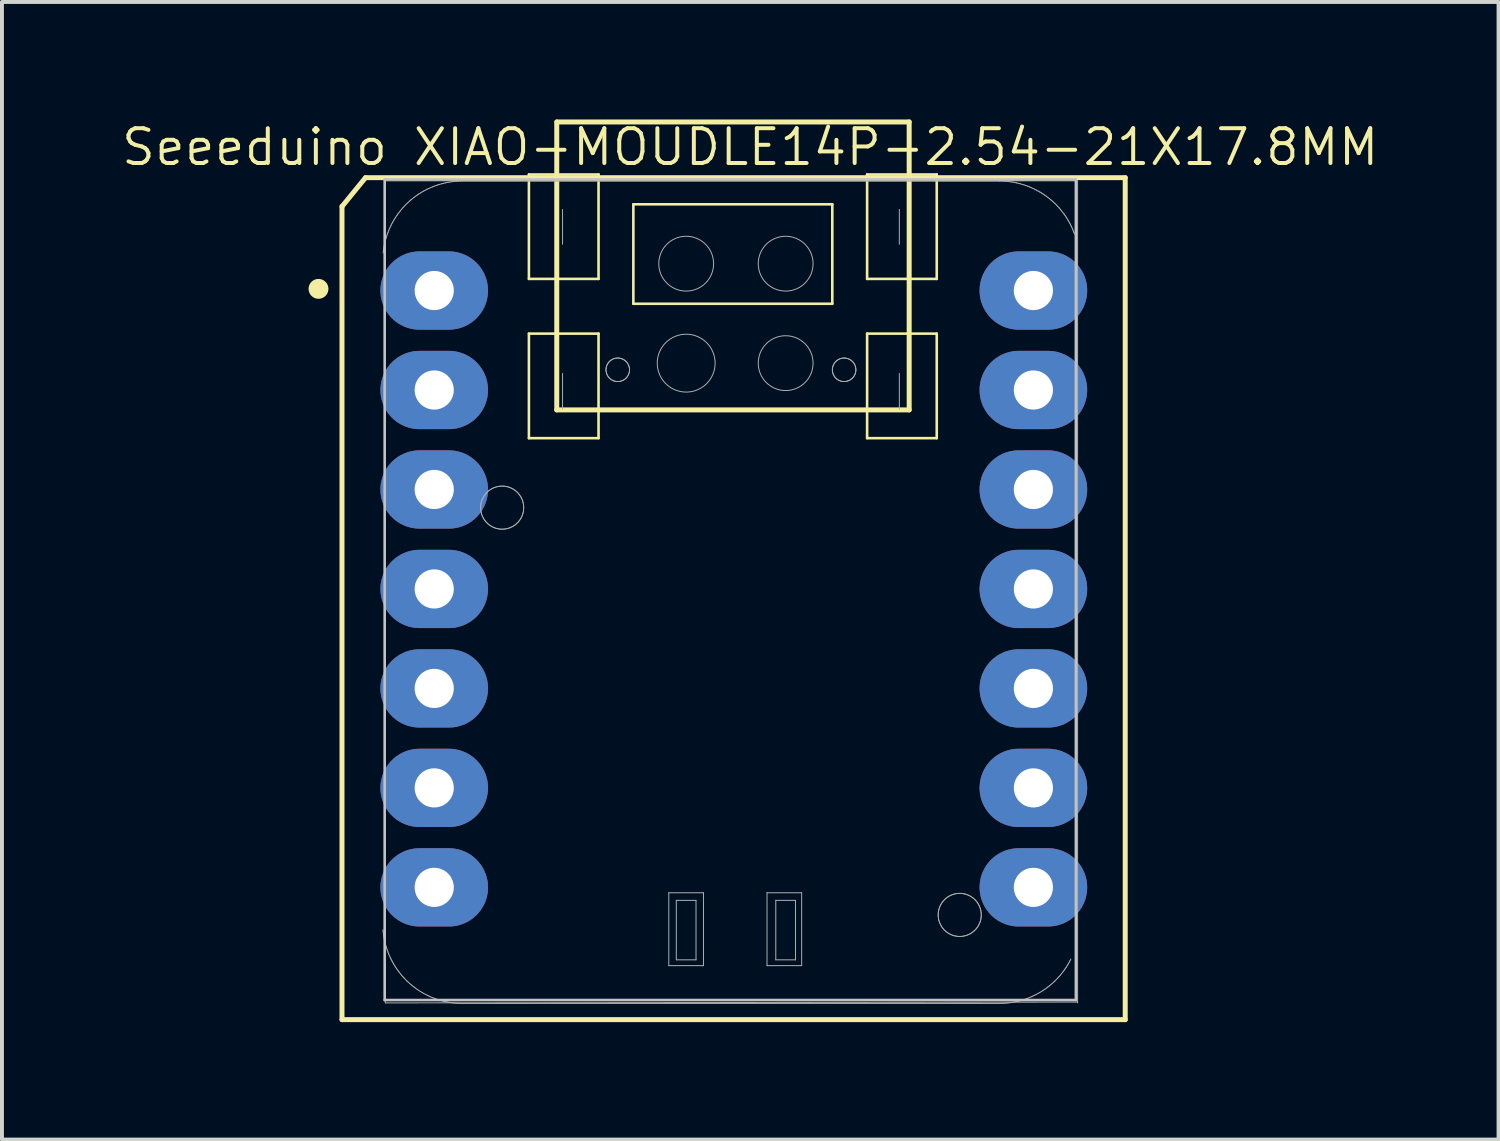
<source format=kicad_pcb>
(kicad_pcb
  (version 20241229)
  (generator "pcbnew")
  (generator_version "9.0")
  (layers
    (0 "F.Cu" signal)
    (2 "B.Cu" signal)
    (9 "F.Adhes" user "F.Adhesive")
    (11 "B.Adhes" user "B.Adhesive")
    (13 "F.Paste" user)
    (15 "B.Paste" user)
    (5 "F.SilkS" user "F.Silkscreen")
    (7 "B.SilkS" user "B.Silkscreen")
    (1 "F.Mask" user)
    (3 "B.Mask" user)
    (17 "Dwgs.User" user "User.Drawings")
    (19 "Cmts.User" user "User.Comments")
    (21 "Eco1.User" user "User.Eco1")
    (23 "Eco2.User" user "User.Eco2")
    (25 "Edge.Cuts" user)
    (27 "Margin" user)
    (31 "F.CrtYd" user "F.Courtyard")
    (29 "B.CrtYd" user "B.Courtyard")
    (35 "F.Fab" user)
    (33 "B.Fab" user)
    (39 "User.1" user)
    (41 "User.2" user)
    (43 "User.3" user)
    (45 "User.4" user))
  (footprint "Seeeduino XIAO-MOUDLE14P-2.54-21X17.8MM"
    (layer "F.Cu")
    (at 15.683 11.987)
    (property "Reference" "Seeeduino XIAO-MOUDLE14P-2.54-21X17.8MM" (at 0.424 -11.28 0) (layer "F.SilkS") (effects (font (size 0.889 0.889) (thickness 0.102))))
    (attr smd)
    (fp_line (start -10 -9.764) (end -10 11) (stroke (width 0.127) (type solid)) (layer "F.SilkS"))
    (fp_line (start -10 11) (end 10 11) (stroke (width 0.127) (type solid)) (layer "F.SilkS"))
    (fp_line (start -9.4 -10.5) (end -10 -9.764) (stroke (width 0.127) (type solid)) (layer "F.SilkS"))
    (fp_line (start -5.227 -10.582) (end -3.449 -10.582) (stroke (width 0.066) (type solid)) (layer "F.SilkS"))
    (fp_line (start -5.227 -7.915) (end -5.227 -10.582) (stroke (width 0.066) (type solid)) (layer "F.SilkS"))
    (fp_line (start -5.227 -7.915) (end -3.449 -7.915) (stroke (width 0.066) (type solid)) (layer "F.SilkS"))
    (fp_line (start -5.227 -6.518) (end -3.449 -6.518) (stroke (width 0.066) (type solid)) (layer "F.SilkS"))
    (fp_line (start -5.227 -3.848) (end -5.227 -6.518) (stroke (width 0.066) (type solid)) (layer "F.SilkS"))
    (fp_line (start -5.227 -3.848) (end -3.449 -3.848) (stroke (width 0.066) (type solid)) (layer "F.SilkS"))
    (fp_line (start -4.516 -4.57) (end -4.516 -11.923) (stroke (width 0.127) (type solid)) (layer "F.SilkS"))
    (fp_line (start -4.511 -11.923) (end 4.483 -11.923) (stroke (width 0.127) (type solid)) (layer "F.SilkS"))
    (fp_line (start -3.449 -7.915) (end -3.449 -10.582) (stroke (width 0.066) (type solid)) (layer "F.SilkS"))
    (fp_line (start -3.449 -3.848) (end -3.449 -6.518) (stroke (width 0.066) (type solid)) (layer "F.SilkS"))
    (fp_line (start -2.56 -9.82) (end 2.52 -9.82) (stroke (width 0.066) (type solid)) (layer "F.SilkS"))
    (fp_line (start -2.56 -7.28) (end -2.56 -9.82) (stroke (width 0.066) (type solid)) (layer "F.SilkS"))
    (fp_line (start -2.56 -7.28) (end 2.52 -7.28) (stroke (width 0.066) (type solid)) (layer "F.SilkS"))
    (fp_line (start 2.52 -7.28) (end 2.52 -9.82) (stroke (width 0.066) (type solid)) (layer "F.SilkS"))
    (fp_line (start 3.409 -10.582) (end 5.187 -10.582) (stroke (width 0.066) (type solid)) (layer "F.SilkS"))
    (fp_line (start 3.409 -7.915) (end 3.409 -10.582) (stroke (width 0.066) (type solid)) (layer "F.SilkS"))
    (fp_line (start 3.409 -7.915) (end 5.187 -7.915) (stroke (width 0.066) (type solid)) (layer "F.SilkS"))
    (fp_line (start 3.409 -6.518) (end 5.187 -6.518) (stroke (width 0.066) (type solid)) (layer "F.SilkS"))
    (fp_line (start 3.409 -3.848) (end 3.409 -6.518) (stroke (width 0.066) (type solid)) (layer "F.SilkS"))
    (fp_line (start 3.409 -3.848) (end 5.187 -3.848) (stroke (width 0.066) (type solid)) (layer "F.SilkS"))
    (fp_line (start 4.483 -11.923) (end 4.483 -4.57) (stroke (width 0.127) (type solid)) (layer "F.SilkS"))
    (fp_line (start 4.483 -4.57) (end -4.516 -4.57) (stroke (width 0.127) (type solid)) (layer "F.SilkS"))
    (fp_line (start 5.187 -7.915) (end 5.187 -10.582) (stroke (width 0.066) (type solid)) (layer "F.SilkS"))
    (fp_line (start 5.187 -3.848) (end 5.187 -6.518) (stroke (width 0.066) (type solid)) (layer "F.SilkS"))
    (fp_line (start 10 -10.5) (end -9.4 -10.5) (stroke (width 0.127) (type solid)) (layer "F.SilkS"))
    (fp_line (start 10 11) (end 10 -10.5) (stroke (width 0.127) (type solid)) (layer "F.SilkS"))
    (fp_circle (center -10.6 -7.661) (end -10.6 -7.915) (stroke (width 0) (type solid)) (fill yes) (layer "F.SilkS"))
    (fp_line (start -8.91 -10.455) (end 8.74 -10.455) (stroke (width 0.066) (type solid)) (layer "Dwgs.User"))
    (fp_line (start -8.91 10.5) (end -8.91 -10.455) (stroke (width 0.066) (type solid)) (layer "Dwgs.User"))
    (fp_line (start -8.91 10.5) (end 8.74 10.5) (stroke (width 0.066) (type solid)) (layer "Dwgs.User"))
    (fp_line (start 8.74 10.5) (end 8.74 -10.455) (stroke (width 0.066) (type solid)) (layer "Dwgs.User"))
    (fp_line (start -8.953 8.701) (end -8.949 8.75) (stroke (width 0.025) (type solid)) (layer "F.Fab"))
    (fp_line (start -8.949 8.75) (end -8.943 8.799) (stroke (width 0.025) (type solid)) (layer "F.Fab"))
    (fp_line (start -8.943 -8.627) (end -8.949 -8.578) (stroke (width 0.025) (type solid)) (layer "F.Fab"))
    (fp_line (start -8.943 8.799) (end -8.937 8.847) (stroke (width 0.025) (type solid)) (layer "F.Fab"))
    (fp_line (start -8.937 -8.676) (end -8.943 -8.627) (stroke (width 0.025) (type solid)) (layer "F.Fab"))
    (fp_line (start -8.937 8.847) (end -8.929 8.896) (stroke (width 0.025) (type solid)) (layer "F.Fab"))
    (fp_line (start -8.929 -8.724) (end -8.937 -8.676) (stroke (width 0.025) (type solid)) (layer "F.Fab"))
    (fp_line (start -8.929 8.896) (end -8.92 8.944) (stroke (width 0.025) (type solid)) (layer "F.Fab"))
    (fp_line (start -8.92 -8.773) (end -8.929 -8.724) (stroke (width 0.025) (type solid)) (layer "F.Fab"))
    (fp_line (start -8.92 8.944) (end -8.91 8.992) (stroke (width 0.025) (type solid)) (layer "F.Fab"))
    (fp_line (start -8.91 -8.821) (end -8.92 -8.773) (stroke (width 0.025) (type solid)) (layer "F.Fab"))
    (fp_line (start -8.91 8.992) (end -8.899 9.04) (stroke (width 0.025) (type solid)) (layer "F.Fab"))
    (fp_line (start -8.899 -8.869) (end -8.91 -8.821) (stroke (width 0.025) (type solid)) (layer "F.Fab"))
    (fp_line (start -8.899 9.04) (end -8.887 9.088) (stroke (width 0.025) (type solid)) (layer "F.Fab"))
    (fp_line (start -8.893 -10.419) (end 8.784 -10.419) (stroke (width 0.025) (type solid)) (layer "F.Fab"))
    (fp_line (start -8.893 10.573) (end -8.893 -10.419) (stroke (width 0.025) (type solid)) (layer "F.Fab"))
    (fp_line (start -8.893 10.573) (end 8.784 10.552) (stroke (width 0.025) (type solid)) (layer "F.Fab"))
    (fp_line (start -8.887 -8.916) (end -8.899 -8.869) (stroke (width 0.025) (type solid)) (layer "F.Fab"))
    (fp_line (start -8.887 9.088) (end -8.873 9.135) (stroke (width 0.025) (type solid)) (layer "F.Fab"))
    (fp_line (start -8.873 -8.963) (end -8.887 -8.916) (stroke (width 0.025) (type solid)) (layer "F.Fab"))
    (fp_line (start -8.873 9.135) (end -8.859 9.182) (stroke (width 0.025) (type solid)) (layer "F.Fab"))
    (fp_line (start -8.859 -9.01) (end -8.873 -8.963) (stroke (width 0.025) (type solid)) (layer "F.Fab"))
    (fp_line (start -8.859 9.182) (end -8.843 9.228) (stroke (width 0.025) (type solid)) (layer "F.Fab"))
    (fp_line (start -8.843 -9.057) (end -8.859 -9.01) (stroke (width 0.025) (type solid)) (layer "F.Fab"))
    (fp_line (start -8.843 9.228) (end -8.826 9.274) (stroke (width 0.025) (type solid)) (layer "F.Fab"))
    (fp_line (start -8.826 -9.103) (end -8.843 -9.057) (stroke (width 0.025) (type solid)) (layer "F.Fab"))
    (fp_line (start -8.826 9.274) (end -8.808 9.32) (stroke (width 0.025) (type solid)) (layer "F.Fab"))
    (fp_line (start -8.808 -9.148) (end -8.826 -9.103) (stroke (width 0.025) (type solid)) (layer "F.Fab"))
    (fp_line (start -8.808 9.32) (end -8.789 9.365) (stroke (width 0.025) (type solid)) (layer "F.Fab"))
    (fp_line (start -8.789 -9.194) (end -8.808 -9.148) (stroke (width 0.025) (type solid)) (layer "F.Fab"))
    (fp_line (start -8.789 9.365) (end -8.769 9.41) (stroke (width 0.025) (type solid)) (layer "F.Fab"))
    (fp_line (start -8.769 -9.238) (end -8.789 -9.194) (stroke (width 0.025) (type solid)) (layer "F.Fab"))
    (fp_line (start -8.769 9.41) (end -8.748 9.454) (stroke (width 0.025) (type solid)) (layer "F.Fab"))
    (fp_line (start -8.748 -9.283) (end -8.769 -9.238) (stroke (width 0.025) (type solid)) (layer "F.Fab"))
    (fp_line (start -8.748 9.454) (end -8.726 9.498) (stroke (width 0.025) (type solid)) (layer "F.Fab"))
    (fp_line (start -8.726 -9.327) (end -8.748 -9.283) (stroke (width 0.025) (type solid)) (layer "F.Fab"))
    (fp_line (start -8.726 9.498) (end -8.702 9.541) (stroke (width 0.025) (type solid)) (layer "F.Fab"))
    (fp_line (start -8.702 -9.37) (end -8.726 -9.327) (stroke (width 0.025) (type solid)) (layer "F.Fab"))
    (fp_line (start -8.702 9.541) (end -8.678 9.584) (stroke (width 0.025) (type solid)) (layer "F.Fab"))
    (fp_line (start -8.678 -9.412) (end -8.702 -9.37) (stroke (width 0.025) (type solid)) (layer "F.Fab"))
    (fp_line (start -8.678 9.584) (end -8.652 9.626) (stroke (width 0.025) (type solid)) (layer "F.Fab"))
    (fp_line (start -8.652 -9.454) (end -8.678 -9.412) (stroke (width 0.025) (type solid)) (layer "F.Fab"))
    (fp_line (start -8.652 9.626) (end -8.626 9.667) (stroke (width 0.025) (type solid)) (layer "F.Fab"))
    (fp_line (start -8.626 -9.496) (end -8.652 -9.454) (stroke (width 0.025) (type solid)) (layer "F.Fab"))
    (fp_line (start -8.626 9.667) (end -8.599 9.708) (stroke (width 0.025) (type solid)) (layer "F.Fab"))
    (fp_line (start -8.599 -9.537) (end -8.626 -9.496) (stroke (width 0.025) (type solid)) (layer "F.Fab"))
    (fp_line (start -8.599 9.708) (end -8.57 9.748) (stroke (width 0.025) (type solid)) (layer "F.Fab"))
    (fp_line (start -8.57 -9.576) (end -8.599 -9.537) (stroke (width 0.025) (type solid)) (layer "F.Fab"))
    (fp_line (start -8.57 9.748) (end -8.541 9.787) (stroke (width 0.025) (type solid)) (layer "F.Fab"))
    (fp_line (start -8.541 -9.616) (end -8.57 -9.576) (stroke (width 0.025) (type solid)) (layer "F.Fab"))
    (fp_line (start -8.541 9.787) (end -8.51 9.826) (stroke (width 0.025) (type solid)) (layer "F.Fab"))
    (fp_line (start -8.51 -9.654) (end -8.541 -9.616) (stroke (width 0.025) (type solid)) (layer "F.Fab"))
    (fp_line (start -8.51 9.826) (end -8.479 9.864) (stroke (width 0.025) (type solid)) (layer "F.Fab"))
    (fp_line (start -8.479 -9.693) (end -8.51 -9.654) (stroke (width 0.025) (type solid)) (layer "F.Fab"))
    (fp_line (start -8.479 9.864) (end -8.447 9.901) (stroke (width 0.025) (type solid)) (layer "F.Fab"))
    (fp_line (start -8.447 -9.73) (end -8.479 -9.693) (stroke (width 0.025) (type solid)) (layer "F.Fab"))
    (fp_line (start -8.447 9.901) (end -8.414 9.938) (stroke (width 0.025) (type solid)) (layer "F.Fab"))
    (fp_line (start -8.414 -9.766) (end -8.447 -9.73) (stroke (width 0.025) (type solid)) (layer "F.Fab"))
    (fp_line (start -8.414 9.938) (end -8.38 9.973) (stroke (width 0.025) (type solid)) (layer "F.Fab"))
    (fp_line (start -8.38 -9.802) (end -8.414 -9.766) (stroke (width 0.025) (type solid)) (layer "F.Fab"))
    (fp_line (start -8.38 9.973) (end -8.346 10.008) (stroke (width 0.025) (type solid)) (layer "F.Fab"))
    (fp_line (start -8.346 -9.836) (end -8.38 -9.802) (stroke (width 0.025) (type solid)) (layer "F.Fab"))
    (fp_line (start -8.346 10.008) (end -8.31 10.042) (stroke (width 0.025) (type solid)) (layer "F.Fab"))
    (fp_line (start -8.31 -9.87) (end -8.346 -9.836) (stroke (width 0.025) (type solid)) (layer "F.Fab"))
    (fp_line (start -8.31 10.042) (end -8.274 10.075) (stroke (width 0.025) (type solid)) (layer "F.Fab"))
    (fp_line (start -8.274 -9.903) (end -8.31 -9.87) (stroke (width 0.025) (type solid)) (layer "F.Fab"))
    (fp_line (start -8.274 10.075) (end -8.237 10.107) (stroke (width 0.025) (type solid)) (layer "F.Fab"))
    (fp_line (start -8.237 -9.935) (end -8.274 -9.903) (stroke (width 0.025) (type solid)) (layer "F.Fab"))
    (fp_line (start -8.237 10.107) (end -8.198 10.138) (stroke (width 0.025) (type solid)) (layer "F.Fab"))
    (fp_line (start -8.198 -9.966) (end -8.237 -9.935) (stroke (width 0.025) (type solid)) (layer "F.Fab"))
    (fp_line (start -8.198 10.138) (end -8.16 10.168) (stroke (width 0.025) (type solid)) (layer "F.Fab"))
    (fp_line (start -8.16 -9.997) (end -8.198 -9.966) (stroke (width 0.025) (type solid)) (layer "F.Fab"))
    (fp_line (start -8.16 10.168) (end -8.121 10.198) (stroke (width 0.025) (type solid)) (layer "F.Fab"))
    (fp_line (start -8.121 -10.026) (end -8.16 -9.997) (stroke (width 0.025) (type solid)) (layer "F.Fab"))
    (fp_line (start -8.121 10.198) (end -8.081 10.226) (stroke (width 0.025) (type solid)) (layer "F.Fab"))
    (fp_line (start -8.081 -10.055) (end -8.121 -10.026) (stroke (width 0.025) (type solid)) (layer "F.Fab"))
    (fp_line (start -8.081 10.226) (end -8.04 10.254) (stroke (width 0.025) (type solid)) (layer "F.Fab"))
    (fp_line (start -8.04 -10.082) (end -8.081 -10.055) (stroke (width 0.025) (type solid)) (layer "F.Fab"))
    (fp_line (start -8.04 10.254) (end -7.998 10.28) (stroke (width 0.025) (type solid)) (layer "F.Fab"))
    (fp_line (start -7.998 -10.108) (end -8.04 -10.082) (stroke (width 0.025) (type solid)) (layer "F.Fab"))
    (fp_line (start -7.998 10.28) (end -7.956 10.305) (stroke (width 0.025) (type solid)) (layer "F.Fab"))
    (fp_line (start -7.956 -10.134) (end -7.998 -10.108) (stroke (width 0.025) (type solid)) (layer "F.Fab"))
    (fp_line (start -7.956 10.305) (end -7.914 10.33) (stroke (width 0.025) (type solid)) (layer "F.Fab"))
    (fp_line (start -7.914 -10.158) (end -7.956 -10.134) (stroke (width 0.025) (type solid)) (layer "F.Fab"))
    (fp_line (start -7.914 10.33) (end -7.871 10.353) (stroke (width 0.025) (type solid)) (layer "F.Fab"))
    (fp_line (start -7.871 -10.181) (end -7.914 -10.158) (stroke (width 0.025) (type solid)) (layer "F.Fab"))
    (fp_line (start -7.871 10.353) (end -7.827 10.375) (stroke (width 0.025) (type solid)) (layer "F.Fab"))
    (fp_line (start -7.827 -10.204) (end -7.871 -10.181) (stroke (width 0.025) (type solid)) (layer "F.Fab"))
    (fp_line (start -7.827 10.375) (end -7.782 10.397) (stroke (width 0.025) (type solid)) (layer "F.Fab"))
    (fp_line (start -7.782 -10.225) (end -7.827 -10.204) (stroke (width 0.025) (type solid)) (layer "F.Fab"))
    (fp_line (start -7.782 10.397) (end -7.738 10.417) (stroke (width 0.025) (type solid)) (layer "F.Fab"))
    (fp_line (start -7.738 -10.245) (end -7.782 -10.225) (stroke (width 0.025) (type solid)) (layer "F.Fab"))
    (fp_line (start -7.738 10.417) (end -7.693 10.436) (stroke (width 0.025) (type solid)) (layer "F.Fab"))
    (fp_line (start -7.693 -10.264) (end -7.738 -10.245) (stroke (width 0.025) (type solid)) (layer "F.Fab"))
    (fp_line (start -7.693 10.436) (end -7.647 10.454) (stroke (width 0.025) (type solid)) (layer "F.Fab"))
    (fp_line (start -7.647 -10.282) (end -7.693 -10.264) (stroke (width 0.025) (type solid)) (layer "F.Fab"))
    (fp_line (start -7.647 10.454) (end -7.601 10.47) (stroke (width 0.025) (type solid)) (layer "F.Fab"))
    (fp_line (start -7.601 -10.299) (end -7.647 -10.282) (stroke (width 0.025) (type solid)) (layer "F.Fab"))
    (fp_line (start -7.601 10.47) (end -7.554 10.486) (stroke (width 0.025) (type solid)) (layer "F.Fab"))
    (fp_line (start -7.554 -10.315) (end -7.601 -10.299) (stroke (width 0.025) (type solid)) (layer "F.Fab"))
    (fp_line (start -7.554 10.486) (end -7.507 10.501) (stroke (width 0.025) (type solid)) (layer "F.Fab"))
    (fp_line (start -7.507 -10.329) (end -7.554 -10.315) (stroke (width 0.025) (type solid)) (layer "F.Fab"))
    (fp_line (start -7.507 10.501) (end -7.46 10.514) (stroke (width 0.025) (type solid)) (layer "F.Fab"))
    (fp_line (start -7.46 -10.343) (end -7.507 -10.329) (stroke (width 0.025) (type solid)) (layer "F.Fab"))
    (fp_line (start -7.46 10.514) (end -7.413 10.527) (stroke (width 0.025) (type solid)) (layer "F.Fab"))
    (fp_line (start -7.413 -10.355) (end -7.46 -10.343) (stroke (width 0.025) (type solid)) (layer "F.Fab"))
    (fp_line (start -7.413 10.527) (end -7.365 10.538) (stroke (width 0.025) (type solid)) (layer "F.Fab"))
    (fp_line (start -7.365 -10.366) (end -7.413 -10.355) (stroke (width 0.025) (type solid)) (layer "F.Fab"))
    (fp_line (start -7.365 10.538) (end -7.317 10.548) (stroke (width 0.025) (type solid)) (layer "F.Fab"))
    (fp_line (start -7.317 -10.376) (end -7.365 -10.366) (stroke (width 0.025) (type solid)) (layer "F.Fab"))
    (fp_line (start -7.317 10.548) (end -7.268 10.557) (stroke (width 0.025) (type solid)) (layer "F.Fab"))
    (fp_line (start -7.268 -10.385) (end -7.317 -10.376) (stroke (width 0.025) (type solid)) (layer "F.Fab"))
    (fp_line (start -7.268 10.557) (end -7.22 10.564) (stroke (width 0.025) (type solid)) (layer "F.Fab"))
    (fp_line (start -7.22 -10.393) (end -7.268 -10.385) (stroke (width 0.025) (type solid)) (layer "F.Fab"))
    (fp_line (start -7.22 10.564) (end -7.171 10.571) (stroke (width 0.025) (type solid)) (layer "F.Fab"))
    (fp_line (start -7.171 -10.399) (end -7.22 -10.393) (stroke (width 0.025) (type solid)) (layer "F.Fab"))
    (fp_line (start -7.171 10.571) (end -7.122 10.576) (stroke (width 0.025) (type solid)) (layer "F.Fab"))
    (fp_line (start -7.122 -10.405) (end -7.171 -10.399) (stroke (width 0.025) (type solid)) (layer "F.Fab"))
    (fp_line (start -7.122 10.576) (end -7.073 10.58) (stroke (width 0.025) (type solid)) (layer "F.Fab"))
    (fp_line (start -7.073 -10.409) (end -7.122 -10.405) (stroke (width 0.025) (type solid)) (layer "F.Fab"))
    (fp_line (start -7.073 10.58) (end -7.024 10.584) (stroke (width 0.025) (type solid)) (layer "F.Fab"))
    (fp_line (start -7.024 -10.412) (end -7.073 -10.409) (stroke (width 0.025) (type solid)) (layer "F.Fab"))
    (fp_line (start -7.024 10.584) (end -6.975 10.585) (stroke (width 0.025) (type solid)) (layer "F.Fab"))
    (fp_line (start -6.975 -10.414) (end -7.024 -10.412) (stroke (width 0.025) (type solid)) (layer "F.Fab"))
    (fp_line (start -6.975 10.585) (end -6.926 10.586) (stroke (width 0.025) (type solid)) (layer "F.Fab"))
    (fp_line (start -6.926 -10.414) (end -6.975 -10.414) (stroke (width 0.025) (type solid)) (layer "F.Fab"))
    (fp_line (start -6.926 10.586) (end 6.79 10.586) (stroke (width 0.025) (type solid)) (layer "F.Fab"))
    (fp_line (start -6.46 -2.08) (end -6.459 -2.104) (stroke (width 0.025) (type solid)) (layer "F.Fab"))
    (fp_line (start -6.46 -2.057) (end -6.46 -2.08) (stroke (width 0.025) (type solid)) (layer "F.Fab"))
    (fp_line (start -6.459 -2.104) (end -6.458 -2.127) (stroke (width 0.025) (type solid)) (layer "F.Fab"))
    (fp_line (start -6.459 -2.033) (end -6.46 -2.057) (stroke (width 0.025) (type solid)) (layer "F.Fab"))
    (fp_line (start -6.458 -2.127) (end -6.455 -2.15) (stroke (width 0.025) (type solid)) (layer "F.Fab"))
    (fp_line (start -6.456 -2.01) (end -6.459 -2.033) (stroke (width 0.025) (type solid)) (layer "F.Fab"))
    (fp_line (start -6.455 -2.15) (end -6.451 -2.173) (stroke (width 0.025) (type solid)) (layer "F.Fab"))
    (fp_line (start -6.453 -1.986) (end -6.456 -2.01) (stroke (width 0.025) (type solid)) (layer "F.Fab"))
    (fp_line (start -6.451 -2.173) (end -6.446 -2.197) (stroke (width 0.025) (type solid)) (layer "F.Fab"))
    (fp_line (start -6.449 -1.963) (end -6.453 -1.986) (stroke (width 0.025) (type solid)) (layer "F.Fab"))
    (fp_line (start -6.446 -2.197) (end -6.441 -2.219) (stroke (width 0.025) (type solid)) (layer "F.Fab"))
    (fp_line (start -6.444 -1.94) (end -6.449 -1.963) (stroke (width 0.025) (type solid)) (layer "F.Fab"))
    (fp_line (start -6.441 -2.219) (end -6.434 -2.242) (stroke (width 0.025) (type solid)) (layer "F.Fab"))
    (fp_line (start -6.438 -1.918) (end -6.444 -1.94) (stroke (width 0.025) (type solid)) (layer "F.Fab"))
    (fp_line (start -6.434 -2.242) (end -6.426 -2.264) (stroke (width 0.025) (type solid)) (layer "F.Fab"))
    (fp_line (start -6.43 -1.895) (end -6.438 -1.918) (stroke (width 0.025) (type solid)) (layer "F.Fab"))
    (fp_line (start -6.426 -2.264) (end -6.418 -2.286) (stroke (width 0.025) (type solid)) (layer "F.Fab"))
    (fp_line (start -6.422 -1.873) (end -6.43 -1.895) (stroke (width 0.025) (type solid)) (layer "F.Fab"))
    (fp_line (start -6.418 -2.286) (end -6.408 -2.307) (stroke (width 0.025) (type solid)) (layer "F.Fab"))
    (fp_line (start -6.413 -1.852) (end -6.422 -1.873) (stroke (width 0.025) (type solid)) (layer "F.Fab"))
    (fp_line (start -6.408 -2.307) (end -6.398 -2.328) (stroke (width 0.025) (type solid)) (layer "F.Fab"))
    (fp_line (start -6.403 -1.83) (end -6.413 -1.852) (stroke (width 0.025) (type solid)) (layer "F.Fab"))
    (fp_line (start -6.398 -2.328) (end -6.386 -2.349) (stroke (width 0.025) (type solid)) (layer "F.Fab"))
    (fp_line (start -6.392 -1.809) (end -6.403 -1.83) (stroke (width 0.025) (type solid)) (layer "F.Fab"))
    (fp_line (start -6.386 -2.349) (end -6.374 -2.369) (stroke (width 0.025) (type solid)) (layer "F.Fab"))
    (fp_line (start -6.38 -1.789) (end -6.392 -1.809) (stroke (width 0.025) (type solid)) (layer "F.Fab"))
    (fp_line (start -6.374 -2.369) (end -6.361 -2.389) (stroke (width 0.025) (type solid)) (layer "F.Fab"))
    (fp_line (start -6.368 -1.769) (end -6.38 -1.789) (stroke (width 0.025) (type solid)) (layer "F.Fab"))
    (fp_line (start -6.361 -2.389) (end -6.347 -2.408) (stroke (width 0.025) (type solid)) (layer "F.Fab"))
    (fp_line (start -6.354 -1.75) (end -6.368 -1.769) (stroke (width 0.025) (type solid)) (layer "F.Fab"))
    (fp_line (start -6.347 -2.408) (end -6.333 -2.426) (stroke (width 0.025) (type solid)) (layer "F.Fab"))
    (fp_line (start -6.34 -1.731) (end -6.354 -1.75) (stroke (width 0.025) (type solid)) (layer "F.Fab"))
    (fp_line (start -6.333 -2.426) (end -6.317 -2.444) (stroke (width 0.025) (type solid)) (layer "F.Fab"))
    (fp_line (start -6.325 -1.713) (end -6.34 -1.731) (stroke (width 0.025) (type solid)) (layer "F.Fab"))
    (fp_line (start -6.317 -2.444) (end -6.301 -2.461) (stroke (width 0.025) (type solid)) (layer "F.Fab"))
    (fp_line (start -6.309 -1.696) (end -6.325 -1.713) (stroke (width 0.025) (type solid)) (layer "F.Fab"))
    (fp_line (start -6.301 -2.461) (end -6.284 -2.477) (stroke (width 0.025) (type solid)) (layer "F.Fab"))
    (fp_line (start -6.293 -1.679) (end -6.309 -1.696) (stroke (width 0.025) (type solid)) (layer "F.Fab"))
    (fp_line (start -6.284 -2.477) (end -6.267 -2.493) (stroke (width 0.025) (type solid)) (layer "F.Fab"))
    (fp_line (start -6.275 -1.663) (end -6.293 -1.679) (stroke (width 0.025) (type solid)) (layer "F.Fab"))
    (fp_line (start -6.267 -2.493) (end -6.249 -2.508) (stroke (width 0.025) (type solid)) (layer "F.Fab"))
    (fp_line (start -6.258 -1.648) (end -6.275 -1.663) (stroke (width 0.025) (type solid)) (layer "F.Fab"))
    (fp_line (start -6.249 -2.508) (end -6.23 -2.522) (stroke (width 0.025) (type solid)) (layer "F.Fab"))
    (fp_line (start -6.239 -1.633) (end -6.258 -1.648) (stroke (width 0.025) (type solid)) (layer "F.Fab"))
    (fp_line (start -6.23 -2.522) (end -6.21 -2.535) (stroke (width 0.025) (type solid)) (layer "F.Fab"))
    (fp_line (start -6.22 -1.62) (end -6.239 -1.633) (stroke (width 0.025) (type solid)) (layer "F.Fab"))
    (fp_line (start -6.21 -2.535) (end -6.19 -2.547) (stroke (width 0.025) (type solid)) (layer "F.Fab"))
    (fp_line (start -6.2 -1.607) (end -6.22 -1.62) (stroke (width 0.025) (type solid)) (layer "F.Fab"))
    (fp_line (start -6.19 -2.547) (end -6.17 -2.559) (stroke (width 0.025) (type solid)) (layer "F.Fab"))
    (fp_line (start -6.18 -1.595) (end -6.2 -1.607) (stroke (width 0.025) (type solid)) (layer "F.Fab"))
    (fp_line (start -6.17 -2.559) (end -6.149 -2.57) (stroke (width 0.025) (type solid)) (layer "F.Fab"))
    (fp_line (start -6.159 -1.584) (end -6.18 -1.595) (stroke (width 0.025) (type solid)) (layer "F.Fab"))
    (fp_line (start -6.149 -2.57) (end -6.127 -2.579) (stroke (width 0.025) (type solid)) (layer "F.Fab"))
    (fp_line (start -6.138 -1.574) (end -6.159 -1.584) (stroke (width 0.025) (type solid)) (layer "F.Fab"))
    (fp_line (start -6.127 -2.579) (end -6.106 -2.588) (stroke (width 0.025) (type solid)) (layer "F.Fab"))
    (fp_line (start -6.116 -1.564) (end -6.138 -1.574) (stroke (width 0.025) (type solid)) (layer "F.Fab"))
    (fp_line (start -6.106 -2.588) (end -6.083 -2.596) (stroke (width 0.025) (type solid)) (layer "F.Fab"))
    (fp_line (start -6.095 -1.556) (end -6.116 -1.564) (stroke (width 0.025) (type solid)) (layer "F.Fab"))
    (fp_line (start -6.083 -2.596) (end -6.061 -2.603) (stroke (width 0.025) (type solid)) (layer "F.Fab"))
    (fp_line (start -6.072 -1.549) (end -6.095 -1.556) (stroke (width 0.025) (type solid)) (layer "F.Fab"))
    (fp_line (start -6.061 -2.603) (end -6.038 -2.609) (stroke (width 0.025) (type solid)) (layer "F.Fab"))
    (fp_line (start -6.05 -1.542) (end -6.072 -1.549) (stroke (width 0.025) (type solid)) (layer "F.Fab"))
    (fp_line (start -6.038 -2.609) (end -6.015 -2.614) (stroke (width 0.025) (type solid)) (layer "F.Fab"))
    (fp_line (start -6.027 -1.537) (end -6.05 -1.542) (stroke (width 0.025) (type solid)) (layer "F.Fab"))
    (fp_line (start -6.015 -2.614) (end -5.992 -2.618) (stroke (width 0.025) (type solid)) (layer "F.Fab"))
    (fp_line (start -6.004 -1.532) (end -6.027 -1.537) (stroke (width 0.025) (type solid)) (layer "F.Fab"))
    (fp_line (start -5.992 -2.618) (end -5.969 -2.621) (stroke (width 0.025) (type solid)) (layer "F.Fab"))
    (fp_line (start -5.981 -1.529) (end -6.004 -1.532) (stroke (width 0.025) (type solid)) (layer "F.Fab"))
    (fp_line (start -5.969 -2.621) (end -5.946 -2.623) (stroke (width 0.025) (type solid)) (layer "F.Fab"))
    (fp_line (start -5.957 -1.526) (end -5.981 -1.529) (stroke (width 0.025) (type solid)) (layer "F.Fab"))
    (fp_line (start -5.946 -2.623) (end -5.922 -2.624) (stroke (width 0.025) (type solid)) (layer "F.Fab"))
    (fp_line (start -5.934 -1.525) (end -5.957 -1.526) (stroke (width 0.025) (type solid)) (layer "F.Fab"))
    (fp_line (start -5.922 -2.624) (end -5.899 -2.624) (stroke (width 0.025) (type solid)) (layer "F.Fab"))
    (fp_line (start -5.91 -1.524) (end -5.934 -1.525) (stroke (width 0.025) (type solid)) (layer "F.Fab"))
    (fp_line (start -5.899 -2.624) (end -5.875 -2.623) (stroke (width 0.025) (type solid)) (layer "F.Fab"))
    (fp_line (start -5.887 -1.525) (end -5.91 -1.524) (stroke (width 0.025) (type solid)) (layer "F.Fab"))
    (fp_line (start -5.875 -2.623) (end -5.852 -2.621) (stroke (width 0.025) (type solid)) (layer "F.Fab"))
    (fp_line (start -5.863 -1.526) (end -5.887 -1.525) (stroke (width 0.025) (type solid)) (layer "F.Fab"))
    (fp_line (start -5.852 -2.621) (end -5.828 -2.618) (stroke (width 0.025) (type solid)) (layer "F.Fab"))
    (fp_line (start -5.84 -1.529) (end -5.863 -1.526) (stroke (width 0.025) (type solid)) (layer "F.Fab"))
    (fp_line (start -5.828 -2.618) (end -5.805 -2.614) (stroke (width 0.025) (type solid)) (layer "F.Fab"))
    (fp_line (start -5.817 -1.532) (end -5.84 -1.529) (stroke (width 0.025) (type solid)) (layer "F.Fab"))
    (fp_line (start -5.805 -2.614) (end -5.782 -2.609) (stroke (width 0.025) (type solid)) (layer "F.Fab"))
    (fp_line (start -5.794 -1.537) (end -5.817 -1.532) (stroke (width 0.025) (type solid)) (layer "F.Fab"))
    (fp_line (start -5.782 -2.609) (end -5.759 -2.603) (stroke (width 0.025) (type solid)) (layer "F.Fab"))
    (fp_line (start -5.771 -1.542) (end -5.794 -1.537) (stroke (width 0.025) (type solid)) (layer "F.Fab"))
    (fp_line (start -5.759 -2.603) (end -5.737 -2.596) (stroke (width 0.025) (type solid)) (layer "F.Fab"))
    (fp_line (start -5.748 -1.549) (end -5.771 -1.542) (stroke (width 0.025) (type solid)) (layer "F.Fab"))
    (fp_line (start -5.737 -2.596) (end -5.715 -2.588) (stroke (width 0.025) (type solid)) (layer "F.Fab"))
    (fp_line (start -5.726 -1.556) (end -5.748 -1.549) (stroke (width 0.025) (type solid)) (layer "F.Fab"))
    (fp_line (start -5.715 -2.588) (end -5.693 -2.579) (stroke (width 0.025) (type solid)) (layer "F.Fab"))
    (fp_line (start -5.704 -1.564) (end -5.726 -1.556) (stroke (width 0.025) (type solid)) (layer "F.Fab"))
    (fp_line (start -5.693 -2.579) (end -5.672 -2.57) (stroke (width 0.025) (type solid)) (layer "F.Fab"))
    (fp_line (start -5.682 -1.574) (end -5.704 -1.564) (stroke (width 0.025) (type solid)) (layer "F.Fab"))
    (fp_line (start -5.672 -2.57) (end -5.651 -2.559) (stroke (width 0.025) (type solid)) (layer "F.Fab"))
    (fp_line (start -5.661 -1.584) (end -5.682 -1.574) (stroke (width 0.025) (type solid)) (layer "F.Fab"))
    (fp_line (start -5.651 -2.559) (end -5.63 -2.547) (stroke (width 0.025) (type solid)) (layer "F.Fab"))
    (fp_line (start -5.64 -1.595) (end -5.661 -1.584) (stroke (width 0.025) (type solid)) (layer "F.Fab"))
    (fp_line (start -5.63 -2.547) (end -5.61 -2.535) (stroke (width 0.025) (type solid)) (layer "F.Fab"))
    (fp_line (start -5.62 -1.607) (end -5.64 -1.595) (stroke (width 0.025) (type solid)) (layer "F.Fab"))
    (fp_line (start -5.61 -2.535) (end -5.591 -2.522) (stroke (width 0.025) (type solid)) (layer "F.Fab"))
    (fp_line (start -5.6 -1.62) (end -5.62 -1.607) (stroke (width 0.025) (type solid)) (layer "F.Fab"))
    (fp_line (start -5.591 -2.522) (end -5.572 -2.508) (stroke (width 0.025) (type solid)) (layer "F.Fab"))
    (fp_line (start -5.581 -1.633) (end -5.6 -1.62) (stroke (width 0.025) (type solid)) (layer "F.Fab"))
    (fp_line (start -5.572 -2.508) (end -5.554 -2.493) (stroke (width 0.025) (type solid)) (layer "F.Fab"))
    (fp_line (start -5.563 -1.648) (end -5.581 -1.633) (stroke (width 0.025) (type solid)) (layer "F.Fab"))
    (fp_line (start -5.554 -2.493) (end -5.536 -2.477) (stroke (width 0.025) (type solid)) (layer "F.Fab"))
    (fp_line (start -5.545 -1.663) (end -5.563 -1.648) (stroke (width 0.025) (type solid)) (layer "F.Fab"))
    (fp_line (start -5.536 -2.477) (end -5.519 -2.461) (stroke (width 0.025) (type solid)) (layer "F.Fab"))
    (fp_line (start -5.528 -1.679) (end -5.545 -1.663) (stroke (width 0.025) (type solid)) (layer "F.Fab"))
    (fp_line (start -5.519 -2.461) (end -5.503 -2.444) (stroke (width 0.025) (type solid)) (layer "F.Fab"))
    (fp_line (start -5.511 -1.696) (end -5.528 -1.679) (stroke (width 0.025) (type solid)) (layer "F.Fab"))
    (fp_line (start -5.503 -2.444) (end -5.488 -2.426) (stroke (width 0.025) (type solid)) (layer "F.Fab"))
    (fp_line (start -5.495 -1.713) (end -5.511 -1.696) (stroke (width 0.025) (type solid)) (layer "F.Fab"))
    (fp_line (start -5.488 -2.426) (end -5.473 -2.408) (stroke (width 0.025) (type solid)) (layer "F.Fab"))
    (fp_line (start -5.48 -1.731) (end -5.495 -1.713) (stroke (width 0.025) (type solid)) (layer "F.Fab"))
    (fp_line (start -5.473 -2.408) (end -5.459 -2.389) (stroke (width 0.025) (type solid)) (layer "F.Fab"))
    (fp_line (start -5.466 -1.75) (end -5.48 -1.731) (stroke (width 0.025) (type solid)) (layer "F.Fab"))
    (fp_line (start -5.459 -2.389) (end -5.446 -2.369) (stroke (width 0.025) (type solid)) (layer "F.Fab"))
    (fp_line (start -5.452 -1.769) (end -5.466 -1.75) (stroke (width 0.025) (type solid)) (layer "F.Fab"))
    (fp_line (start -5.446 -2.369) (end -5.434 -2.349) (stroke (width 0.025) (type solid)) (layer "F.Fab"))
    (fp_line (start -5.44 -1.789) (end -5.452 -1.769) (stroke (width 0.025) (type solid)) (layer "F.Fab"))
    (fp_line (start -5.434 -2.349) (end -5.423 -2.328) (stroke (width 0.025) (type solid)) (layer "F.Fab"))
    (fp_line (start -5.428 -1.809) (end -5.44 -1.789) (stroke (width 0.025) (type solid)) (layer "F.Fab"))
    (fp_line (start -5.423 -2.328) (end -5.412 -2.307) (stroke (width 0.025) (type solid)) (layer "F.Fab"))
    (fp_line (start -5.417 -1.83) (end -5.428 -1.809) (stroke (width 0.025) (type solid)) (layer "F.Fab"))
    (fp_line (start -5.412 -2.307) (end -5.403 -2.286) (stroke (width 0.025) (type solid)) (layer "F.Fab"))
    (fp_line (start -5.407 -1.852) (end -5.417 -1.83) (stroke (width 0.025) (type solid)) (layer "F.Fab"))
    (fp_line (start -5.403 -2.286) (end -5.394 -2.264) (stroke (width 0.025) (type solid)) (layer "F.Fab"))
    (fp_line (start -5.398 -1.873) (end -5.407 -1.852) (stroke (width 0.025) (type solid)) (layer "F.Fab"))
    (fp_line (start -5.394 -2.264) (end -5.386 -2.242) (stroke (width 0.025) (type solid)) (layer "F.Fab"))
    (fp_line (start -5.39 -1.895) (end -5.398 -1.873) (stroke (width 0.025) (type solid)) (layer "F.Fab"))
    (fp_line (start -5.386 -2.242) (end -5.38 -2.219) (stroke (width 0.025) (type solid)) (layer "F.Fab"))
    (fp_line (start -5.383 -1.918) (end -5.39 -1.895) (stroke (width 0.025) (type solid)) (layer "F.Fab"))
    (fp_line (start -5.38 -2.219) (end -5.374 -2.197) (stroke (width 0.025) (type solid)) (layer "F.Fab"))
    (fp_line (start -5.377 -1.94) (end -5.383 -1.918) (stroke (width 0.025) (type solid)) (layer "F.Fab"))
    (fp_line (start -5.374 -2.197) (end -5.369 -2.173) (stroke (width 0.025) (type solid)) (layer "F.Fab"))
    (fp_line (start -5.371 -1.963) (end -5.377 -1.94) (stroke (width 0.025) (type solid)) (layer "F.Fab"))
    (fp_line (start -5.369 -2.173) (end -5.366 -2.15) (stroke (width 0.025) (type solid)) (layer "F.Fab"))
    (fp_line (start -5.367 -1.986) (end -5.371 -1.963) (stroke (width 0.025) (type solid)) (layer "F.Fab"))
    (fp_line (start -5.366 -2.15) (end -5.363 -2.127) (stroke (width 0.025) (type solid)) (layer "F.Fab"))
    (fp_line (start -5.364 -2.01) (end -5.367 -1.986) (stroke (width 0.025) (type solid)) (layer "F.Fab"))
    (fp_line (start -5.363 -2.127) (end -5.361 -2.104) (stroke (width 0.025) (type solid)) (layer "F.Fab"))
    (fp_line (start -5.362 -2.033) (end -5.364 -2.01) (stroke (width 0.025) (type solid)) (layer "F.Fab"))
    (fp_line (start -5.361 -2.104) (end -5.36 -2.08) (stroke (width 0.025) (type solid)) (layer "F.Fab"))
    (fp_line (start -5.361 -2.057) (end -5.362 -2.033) (stroke (width 0.025) (type solid)) (layer "F.Fab"))
    (fp_line (start -5.36 -2.08) (end -5.361 -2.057) (stroke (width 0.025) (type solid)) (layer "F.Fab"))
    (fp_line (start -4.368 -8.8) (end -4.368 -9.689) (stroke (width 0.025) (type solid)) (layer "F.Fab"))
    (fp_line (start -4.368 -4.587) (end -4.368 -5.501) (stroke (width 0.025) (type solid)) (layer "F.Fab"))
    (fp_line (start -3.258 -5.594) (end -3.258 -5.612) (stroke (width 0.025) (type solid)) (layer "F.Fab"))
    (fp_line (start -3.258 -5.612) (end -3.256 -5.629) (stroke (width 0.025) (type solid)) (layer "F.Fab"))
    (fp_line (start -3.258 -5.577) (end -3.258 -5.594) (stroke (width 0.025) (type solid)) (layer "F.Fab"))
    (fp_line (start -3.256 -5.629) (end -3.254 -5.646) (stroke (width 0.025) (type solid)) (layer "F.Fab"))
    (fp_line (start -3.256 -5.559) (end -3.258 -5.577) (stroke (width 0.025) (type solid)) (layer "F.Fab"))
    (fp_line (start -3.254 -5.646) (end -3.25 -5.663) (stroke (width 0.025) (type solid)) (layer "F.Fab"))
    (fp_line (start -3.254 -5.542) (end -3.256 -5.559) (stroke (width 0.025) (type solid)) (layer "F.Fab"))
    (fp_line (start -3.25 -5.663) (end -3.245 -5.68) (stroke (width 0.025) (type solid)) (layer "F.Fab"))
    (fp_line (start -3.25 -5.525) (end -3.254 -5.542) (stroke (width 0.025) (type solid)) (layer "F.Fab"))
    (fp_line (start -3.245 -5.68) (end -3.24 -5.697) (stroke (width 0.025) (type solid)) (layer "F.Fab"))
    (fp_line (start -3.245 -5.508) (end -3.25 -5.525) (stroke (width 0.025) (type solid)) (layer "F.Fab"))
    (fp_line (start -3.24 -5.697) (end -3.234 -5.713) (stroke (width 0.025) (type solid)) (layer "F.Fab"))
    (fp_line (start -3.24 -5.492) (end -3.245 -5.508) (stroke (width 0.025) (type solid)) (layer "F.Fab"))
    (fp_line (start -3.234 -5.713) (end -3.226 -5.729) (stroke (width 0.025) (type solid)) (layer "F.Fab"))
    (fp_line (start -3.234 -5.475) (end -3.24 -5.492) (stroke (width 0.025) (type solid)) (layer "F.Fab"))
    (fp_line (start -3.226 -5.729) (end -3.218 -5.744) (stroke (width 0.025) (type solid)) (layer "F.Fab"))
    (fp_line (start -3.226 -5.46) (end -3.234 -5.475) (stroke (width 0.025) (type solid)) (layer "F.Fab"))
    (fp_line (start -3.218 -5.744) (end -3.209 -5.759) (stroke (width 0.025) (type solid)) (layer "F.Fab"))
    (fp_line (start -3.218 -5.444) (end -3.226 -5.46) (stroke (width 0.025) (type solid)) (layer "F.Fab"))
    (fp_line (start -3.209 -5.759) (end -3.199 -5.773) (stroke (width 0.025) (type solid)) (layer "F.Fab"))
    (fp_line (start -3.209 -5.429) (end -3.218 -5.444) (stroke (width 0.025) (type solid)) (layer "F.Fab"))
    (fp_line (start -3.199 -5.773) (end -3.188 -5.787) (stroke (width 0.025) (type solid)) (layer "F.Fab"))
    (fp_line (start -3.199 -5.415) (end -3.209 -5.429) (stroke (width 0.025) (type solid)) (layer "F.Fab"))
    (fp_line (start -3.188 -5.787) (end -3.176 -5.8) (stroke (width 0.025) (type solid)) (layer "F.Fab"))
    (fp_line (start -3.188 -5.401) (end -3.199 -5.415) (stroke (width 0.025) (type solid)) (layer "F.Fab"))
    (fp_line (start -3.176 -5.8) (end -3.164 -5.812) (stroke (width 0.025) (type solid)) (layer "F.Fab"))
    (fp_line (start -3.176 -5.389) (end -3.188 -5.401) (stroke (width 0.025) (type solid)) (layer "F.Fab"))
    (fp_line (start -3.164 -5.812) (end -3.151 -5.824) (stroke (width 0.025) (type solid)) (layer "F.Fab"))
    (fp_line (start -3.164 -5.376) (end -3.176 -5.389) (stroke (width 0.025) (type solid)) (layer "F.Fab"))
    (fp_line (start -3.151 -5.824) (end -3.137 -5.835) (stroke (width 0.025) (type solid)) (layer "F.Fab"))
    (fp_line (start -3.151 -5.364) (end -3.164 -5.376) (stroke (width 0.025) (type solid)) (layer "F.Fab"))
    (fp_line (start -3.137 -5.835) (end -3.123 -5.845) (stroke (width 0.025) (type solid)) (layer "F.Fab"))
    (fp_line (start -3.137 -5.354) (end -3.151 -5.364) (stroke (width 0.025) (type solid)) (layer "F.Fab"))
    (fp_line (start -3.123 -5.845) (end -3.108 -5.854) (stroke (width 0.025) (type solid)) (layer "F.Fab"))
    (fp_line (start -3.123 -5.344) (end -3.137 -5.354) (stroke (width 0.025) (type solid)) (layer "F.Fab"))
    (fp_line (start -3.108 -5.854) (end -3.093 -5.862) (stroke (width 0.025) (type solid)) (layer "F.Fab"))
    (fp_line (start -3.108 -5.334) (end -3.123 -5.344) (stroke (width 0.025) (type solid)) (layer "F.Fab"))
    (fp_line (start -3.093 -5.862) (end -3.077 -5.87) (stroke (width 0.025) (type solid)) (layer "F.Fab"))
    (fp_line (start -3.093 -5.326) (end -3.108 -5.334) (stroke (width 0.025) (type solid)) (layer "F.Fab"))
    (fp_line (start -3.077 -5.87) (end -3.061 -5.876) (stroke (width 0.025) (type solid)) (layer "F.Fab"))
    (fp_line (start -3.077 -5.319) (end -3.093 -5.326) (stroke (width 0.025) (type solid)) (layer "F.Fab"))
    (fp_line (start -3.061 -5.876) (end -3.044 -5.882) (stroke (width 0.025) (type solid)) (layer "F.Fab"))
    (fp_line (start -3.061 -5.312) (end -3.077 -5.319) (stroke (width 0.025) (type solid)) (layer "F.Fab"))
    (fp_line (start -3.044 -5.882) (end -3.027 -5.886) (stroke (width 0.025) (type solid)) (layer "F.Fab"))
    (fp_line (start -3.044 -5.307) (end -3.061 -5.312) (stroke (width 0.025) (type solid)) (layer "F.Fab"))
    (fp_line (start -3.027 -5.886) (end -3.01 -5.89) (stroke (width 0.025) (type solid)) (layer "F.Fab"))
    (fp_line (start -3.027 -5.302) (end -3.044 -5.307) (stroke (width 0.025) (type solid)) (layer "F.Fab"))
    (fp_line (start -3.01 -5.89) (end -2.993 -5.892) (stroke (width 0.025) (type solid)) (layer "F.Fab"))
    (fp_line (start -3.01 -5.299) (end -3.027 -5.302) (stroke (width 0.025) (type solid)) (layer "F.Fab"))
    (fp_line (start -2.993 -5.892) (end -2.976 -5.894) (stroke (width 0.025) (type solid)) (layer "F.Fab"))
    (fp_line (start -2.993 -5.296) (end -3.01 -5.299) (stroke (width 0.025) (type solid)) (layer "F.Fab"))
    (fp_line (start -2.976 -5.894) (end -2.958 -5.894) (stroke (width 0.025) (type solid)) (layer "F.Fab"))
    (fp_line (start -2.976 -5.295) (end -2.993 -5.296) (stroke (width 0.025) (type solid)) (layer "F.Fab"))
    (fp_line (start -2.958 -5.894) (end -2.941 -5.894) (stroke (width 0.025) (type solid)) (layer "F.Fab"))
    (fp_line (start -2.958 -5.294) (end -2.976 -5.295) (stroke (width 0.025) (type solid)) (layer "F.Fab"))
    (fp_line (start -2.941 -5.894) (end -2.923 -5.892) (stroke (width 0.025) (type solid)) (layer "F.Fab"))
    (fp_line (start -2.941 -5.295) (end -2.958 -5.294) (stroke (width 0.025) (type solid)) (layer "F.Fab"))
    (fp_line (start -2.923 -5.892) (end -2.906 -5.89) (stroke (width 0.025) (type solid)) (layer "F.Fab"))
    (fp_line (start -2.923 -5.296) (end -2.941 -5.295) (stroke (width 0.025) (type solid)) (layer "F.Fab"))
    (fp_line (start -2.906 -5.89) (end -2.889 -5.886) (stroke (width 0.025) (type solid)) (layer "F.Fab"))
    (fp_line (start -2.906 -5.299) (end -2.923 -5.296) (stroke (width 0.025) (type solid)) (layer "F.Fab"))
    (fp_line (start -2.889 -5.886) (end -2.872 -5.882) (stroke (width 0.025) (type solid)) (layer "F.Fab"))
    (fp_line (start -2.889 -5.302) (end -2.906 -5.299) (stroke (width 0.025) (type solid)) (layer "F.Fab"))
    (fp_line (start -2.872 -5.882) (end -2.856 -5.876) (stroke (width 0.025) (type solid)) (layer "F.Fab"))
    (fp_line (start -2.872 -5.307) (end -2.889 -5.302) (stroke (width 0.025) (type solid)) (layer "F.Fab"))
    (fp_line (start -2.856 -5.876) (end -2.839 -5.87) (stroke (width 0.025) (type solid)) (layer "F.Fab"))
    (fp_line (start -2.856 -5.312) (end -2.872 -5.307) (stroke (width 0.025) (type solid)) (layer "F.Fab"))
    (fp_line (start -2.839 -5.87) (end -2.824 -5.862) (stroke (width 0.025) (type solid)) (layer "F.Fab"))
    (fp_line (start -2.839 -5.319) (end -2.856 -5.312) (stroke (width 0.025) (type solid)) (layer "F.Fab"))
    (fp_line (start -2.824 -5.862) (end -2.808 -5.854) (stroke (width 0.025) (type solid)) (layer "F.Fab"))
    (fp_line (start -2.824 -5.326) (end -2.839 -5.319) (stroke (width 0.025) (type solid)) (layer "F.Fab"))
    (fp_line (start -2.808 -5.854) (end -2.793 -5.845) (stroke (width 0.025) (type solid)) (layer "F.Fab"))
    (fp_line (start -2.808 -5.334) (end -2.824 -5.326) (stroke (width 0.025) (type solid)) (layer "F.Fab"))
    (fp_line (start -2.793 -5.845) (end -2.779 -5.835) (stroke (width 0.025) (type solid)) (layer "F.Fab"))
    (fp_line (start -2.793 -5.344) (end -2.808 -5.334) (stroke (width 0.025) (type solid)) (layer "F.Fab"))
    (fp_line (start -2.779 -5.835) (end -2.765 -5.824) (stroke (width 0.025) (type solid)) (layer "F.Fab"))
    (fp_line (start -2.779 -5.354) (end -2.793 -5.344) (stroke (width 0.025) (type solid)) (layer "F.Fab"))
    (fp_line (start -2.765 -5.824) (end -2.752 -5.812) (stroke (width 0.025) (type solid)) (layer "F.Fab"))
    (fp_line (start -2.765 -5.364) (end -2.779 -5.354) (stroke (width 0.025) (type solid)) (layer "F.Fab"))
    (fp_line (start -2.752 -5.812) (end -2.74 -5.8) (stroke (width 0.025) (type solid)) (layer "F.Fab"))
    (fp_line (start -2.752 -5.376) (end -2.765 -5.364) (stroke (width 0.025) (type solid)) (layer "F.Fab"))
    (fp_line (start -2.74 -5.8) (end -2.728 -5.787) (stroke (width 0.025) (type solid)) (layer "F.Fab"))
    (fp_line (start -2.74 -5.389) (end -2.752 -5.376) (stroke (width 0.025) (type solid)) (layer "F.Fab"))
    (fp_line (start -2.728 -5.787) (end -2.718 -5.773) (stroke (width 0.025) (type solid)) (layer "F.Fab"))
    (fp_line (start -2.728 -5.401) (end -2.74 -5.389) (stroke (width 0.025) (type solid)) (layer "F.Fab"))
    (fp_line (start -2.718 -5.773) (end -2.708 -5.759) (stroke (width 0.025) (type solid)) (layer "F.Fab"))
    (fp_line (start -2.718 -5.415) (end -2.728 -5.401) (stroke (width 0.025) (type solid)) (layer "F.Fab"))
    (fp_line (start -2.708 -5.759) (end -2.698 -5.744) (stroke (width 0.025) (type solid)) (layer "F.Fab"))
    (fp_line (start -2.708 -5.429) (end -2.718 -5.415) (stroke (width 0.025) (type solid)) (layer "F.Fab"))
    (fp_line (start -2.698 -5.744) (end -2.69 -5.729) (stroke (width 0.025) (type solid)) (layer "F.Fab"))
    (fp_line (start -2.698 -5.444) (end -2.708 -5.429) (stroke (width 0.025) (type solid)) (layer "F.Fab"))
    (fp_line (start -2.69 -5.729) (end -2.683 -5.713) (stroke (width 0.025) (type solid)) (layer "F.Fab"))
    (fp_line (start -2.69 -5.46) (end -2.698 -5.444) (stroke (width 0.025) (type solid)) (layer "F.Fab"))
    (fp_line (start -2.683 -5.713) (end -2.676 -5.697) (stroke (width 0.025) (type solid)) (layer "F.Fab"))
    (fp_line (start -2.683 -5.475) (end -2.69 -5.46) (stroke (width 0.025) (type solid)) (layer "F.Fab"))
    (fp_line (start -2.676 -5.697) (end -2.671 -5.68) (stroke (width 0.025) (type solid)) (layer "F.Fab"))
    (fp_line (start -2.676 -5.492) (end -2.683 -5.475) (stroke (width 0.025) (type solid)) (layer "F.Fab"))
    (fp_line (start -2.671 -5.68) (end -2.666 -5.663) (stroke (width 0.025) (type solid)) (layer "F.Fab"))
    (fp_line (start -2.671 -5.508) (end -2.676 -5.492) (stroke (width 0.025) (type solid)) (layer "F.Fab"))
    (fp_line (start -2.666 -5.663) (end -2.663 -5.646) (stroke (width 0.025) (type solid)) (layer "F.Fab"))
    (fp_line (start -2.666 -5.525) (end -2.671 -5.508) (stroke (width 0.025) (type solid)) (layer "F.Fab"))
    (fp_line (start -2.663 -5.646) (end -2.66 -5.629) (stroke (width 0.025) (type solid)) (layer "F.Fab"))
    (fp_line (start -2.663 -5.542) (end -2.666 -5.525) (stroke (width 0.025) (type solid)) (layer "F.Fab"))
    (fp_line (start -2.66 -5.629) (end -2.659 -5.612) (stroke (width 0.025) (type solid)) (layer "F.Fab"))
    (fp_line (start -2.66 -5.559) (end -2.663 -5.542) (stroke (width 0.025) (type solid)) (layer "F.Fab"))
    (fp_line (start -2.659 -5.612) (end -2.658 -5.594) (stroke (width 0.025) (type solid)) (layer "F.Fab"))
    (fp_line (start -2.659 -5.577) (end -2.66 -5.559) (stroke (width 0.025) (type solid)) (layer "F.Fab"))
    (fp_line (start -2.658 -5.594) (end -2.659 -5.577) (stroke (width 0.025) (type solid)) (layer "F.Fab"))
    (fp_line (start -1.655 7.76) (end -0.769 7.76) (stroke (width 0.025) (type solid)) (layer "F.Fab"))
    (fp_line (start -1.655 9.621) (end -1.655 7.76) (stroke (width 0.025) (type solid)) (layer "F.Fab"))
    (fp_line (start -1.463 7.954) (end -1.463 9.473) (stroke (width 0.025) (type solid)) (layer "F.Fab"))
    (fp_line (start -1.463 7.954) (end -0.96 7.954) (stroke (width 0.025) (type solid)) (layer "F.Fab"))
    (fp_line (start -0.96 7.954) (end -0.96 9.473) (stroke (width 0.025) (type solid)) (layer "F.Fab"))
    (fp_line (start -0.96 9.473) (end -1.463 9.473) (stroke (width 0.025) (type solid)) (layer "F.Fab"))
    (fp_line (start -0.769 7.76) (end -0.769 9.621) (stroke (width 0.025) (type solid)) (layer "F.Fab"))
    (fp_line (start -0.769 9.621) (end -1.655 9.621) (stroke (width 0.025) (type solid)) (layer "F.Fab"))
    (fp_line (start 0.853 7.76) (end 1.738 7.76) (stroke (width 0.025) (type solid)) (layer "F.Fab"))
    (fp_line (start 0.853 9.621) (end 0.853 7.76) (stroke (width 0.025) (type solid)) (layer "F.Fab"))
    (fp_line (start 1.077 7.954) (end 1.58 7.954) (stroke (width 0.025) (type solid)) (layer "F.Fab"))
    (fp_line (start 1.077 9.473) (end 1.077 7.954) (stroke (width 0.025) (type solid)) (layer "F.Fab"))
    (fp_line (start 1.58 9.473) (end 1.077 9.473) (stroke (width 0.025) (type solid)) (layer "F.Fab"))
    (fp_line (start 1.58 9.473) (end 1.58 7.954) (stroke (width 0.025) (type solid)) (layer "F.Fab"))
    (fp_line (start 1.738 7.76) (end 1.738 9.621) (stroke (width 0.025) (type solid)) (layer "F.Fab"))
    (fp_line (start 1.738 9.621) (end 0.853 9.621) (stroke (width 0.025) (type solid)) (layer "F.Fab"))
    (fp_line (start 2.522 -5.594) (end 2.522 -5.612) (stroke (width 0.025) (type solid)) (layer "F.Fab"))
    (fp_line (start 2.522 -5.612) (end 2.524 -5.629) (stroke (width 0.025) (type solid)) (layer "F.Fab"))
    (fp_line (start 2.522 -5.577) (end 2.522 -5.594) (stroke (width 0.025) (type solid)) (layer "F.Fab"))
    (fp_line (start 2.524 -5.629) (end 2.526 -5.646) (stroke (width 0.025) (type solid)) (layer "F.Fab"))
    (fp_line (start 2.524 -5.559) (end 2.522 -5.577) (stroke (width 0.025) (type solid)) (layer "F.Fab"))
    (fp_line (start 2.526 -5.646) (end 2.53 -5.663) (stroke (width 0.025) (type solid)) (layer "F.Fab"))
    (fp_line (start 2.526 -5.542) (end 2.524 -5.559) (stroke (width 0.025) (type solid)) (layer "F.Fab"))
    (fp_line (start 2.53 -5.663) (end 2.535 -5.68) (stroke (width 0.025) (type solid)) (layer "F.Fab"))
    (fp_line (start 2.53 -5.525) (end 2.526 -5.542) (stroke (width 0.025) (type solid)) (layer "F.Fab"))
    (fp_line (start 2.535 -5.68) (end 2.54 -5.697) (stroke (width 0.025) (type solid)) (layer "F.Fab"))
    (fp_line (start 2.535 -5.508) (end 2.53 -5.525) (stroke (width 0.025) (type solid)) (layer "F.Fab"))
    (fp_line (start 2.54 -5.697) (end 2.546 -5.713) (stroke (width 0.025) (type solid)) (layer "F.Fab"))
    (fp_line (start 2.54 -5.492) (end 2.535 -5.508) (stroke (width 0.025) (type solid)) (layer "F.Fab"))
    (fp_line (start 2.546 -5.713) (end 2.554 -5.729) (stroke (width 0.025) (type solid)) (layer "F.Fab"))
    (fp_line (start 2.546 -5.475) (end 2.54 -5.492) (stroke (width 0.025) (type solid)) (layer "F.Fab"))
    (fp_line (start 2.554 -5.729) (end 2.562 -5.744) (stroke (width 0.025) (type solid)) (layer "F.Fab"))
    (fp_line (start 2.554 -5.46) (end 2.546 -5.475) (stroke (width 0.025) (type solid)) (layer "F.Fab"))
    (fp_line (start 2.562 -5.744) (end 2.571 -5.759) (stroke (width 0.025) (type solid)) (layer "F.Fab"))
    (fp_line (start 2.562 -5.444) (end 2.554 -5.46) (stroke (width 0.025) (type solid)) (layer "F.Fab"))
    (fp_line (start 2.571 -5.759) (end 2.581 -5.773) (stroke (width 0.025) (type solid)) (layer "F.Fab"))
    (fp_line (start 2.571 -5.429) (end 2.562 -5.444) (stroke (width 0.025) (type solid)) (layer "F.Fab"))
    (fp_line (start 2.581 -5.773) (end 2.592 -5.787) (stroke (width 0.025) (type solid)) (layer "F.Fab"))
    (fp_line (start 2.581 -5.415) (end 2.571 -5.429) (stroke (width 0.025) (type solid)) (layer "F.Fab"))
    (fp_line (start 2.592 -5.787) (end 2.604 -5.8) (stroke (width 0.025) (type solid)) (layer "F.Fab"))
    (fp_line (start 2.592 -5.401) (end 2.581 -5.415) (stroke (width 0.025) (type solid)) (layer "F.Fab"))
    (fp_line (start 2.604 -5.8) (end 2.616 -5.812) (stroke (width 0.025) (type solid)) (layer "F.Fab"))
    (fp_line (start 2.604 -5.389) (end 2.592 -5.401) (stroke (width 0.025) (type solid)) (layer "F.Fab"))
    (fp_line (start 2.616 -5.812) (end 2.629 -5.824) (stroke (width 0.025) (type solid)) (layer "F.Fab"))
    (fp_line (start 2.616 -5.376) (end 2.604 -5.389) (stroke (width 0.025) (type solid)) (layer "F.Fab"))
    (fp_line (start 2.629 -5.824) (end 2.643 -5.835) (stroke (width 0.025) (type solid)) (layer "F.Fab"))
    (fp_line (start 2.629 -5.364) (end 2.616 -5.376) (stroke (width 0.025) (type solid)) (layer "F.Fab"))
    (fp_line (start 2.643 -5.835) (end 2.657 -5.845) (stroke (width 0.025) (type solid)) (layer "F.Fab"))
    (fp_line (start 2.643 -5.354) (end 2.629 -5.364) (stroke (width 0.025) (type solid)) (layer "F.Fab"))
    (fp_line (start 2.657 -5.845) (end 2.672 -5.854) (stroke (width 0.025) (type solid)) (layer "F.Fab"))
    (fp_line (start 2.657 -5.344) (end 2.643 -5.354) (stroke (width 0.025) (type solid)) (layer "F.Fab"))
    (fp_line (start 2.672 -5.854) (end 2.687 -5.862) (stroke (width 0.025) (type solid)) (layer "F.Fab"))
    (fp_line (start 2.672 -5.334) (end 2.657 -5.344) (stroke (width 0.025) (type solid)) (layer "F.Fab"))
    (fp_line (start 2.687 -5.862) (end 2.703 -5.87) (stroke (width 0.025) (type solid)) (layer "F.Fab"))
    (fp_line (start 2.687 -5.326) (end 2.672 -5.334) (stroke (width 0.025) (type solid)) (layer "F.Fab"))
    (fp_line (start 2.703 -5.87) (end 2.719 -5.876) (stroke (width 0.025) (type solid)) (layer "F.Fab"))
    (fp_line (start 2.703 -5.319) (end 2.687 -5.326) (stroke (width 0.025) (type solid)) (layer "F.Fab"))
    (fp_line (start 2.719 -5.876) (end 2.736 -5.882) (stroke (width 0.025) (type solid)) (layer "F.Fab"))
    (fp_line (start 2.719 -5.312) (end 2.703 -5.319) (stroke (width 0.025) (type solid)) (layer "F.Fab"))
    (fp_line (start 2.736 -5.882) (end 2.753 -5.886) (stroke (width 0.025) (type solid)) (layer "F.Fab"))
    (fp_line (start 2.736 -5.307) (end 2.719 -5.312) (stroke (width 0.025) (type solid)) (layer "F.Fab"))
    (fp_line (start 2.753 -5.886) (end 2.77 -5.89) (stroke (width 0.025) (type solid)) (layer "F.Fab"))
    (fp_line (start 2.753 -5.302) (end 2.736 -5.307) (stroke (width 0.025) (type solid)) (layer "F.Fab"))
    (fp_line (start 2.77 -5.89) (end 2.787 -5.892) (stroke (width 0.025) (type solid)) (layer "F.Fab"))
    (fp_line (start 2.77 -5.299) (end 2.753 -5.302) (stroke (width 0.025) (type solid)) (layer "F.Fab"))
    (fp_line (start 2.787 -5.892) (end 2.804 -5.894) (stroke (width 0.025) (type solid)) (layer "F.Fab"))
    (fp_line (start 2.787 -5.296) (end 2.77 -5.299) (stroke (width 0.025) (type solid)) (layer "F.Fab"))
    (fp_line (start 2.804 -5.894) (end 2.822 -5.894) (stroke (width 0.025) (type solid)) (layer "F.Fab"))
    (fp_line (start 2.804 -5.295) (end 2.787 -5.296) (stroke (width 0.025) (type solid)) (layer "F.Fab"))
    (fp_line (start 2.822 -5.894) (end 2.839 -5.894) (stroke (width 0.025) (type solid)) (layer "F.Fab"))
    (fp_line (start 2.822 -5.294) (end 2.804 -5.295) (stroke (width 0.025) (type solid)) (layer "F.Fab"))
    (fp_line (start 2.839 -5.894) (end 2.857 -5.892) (stroke (width 0.025) (type solid)) (layer "F.Fab"))
    (fp_line (start 2.839 -5.295) (end 2.822 -5.294) (stroke (width 0.025) (type solid)) (layer "F.Fab"))
    (fp_line (start 2.857 -5.892) (end 2.874 -5.89) (stroke (width 0.025) (type solid)) (layer "F.Fab"))
    (fp_line (start 2.857 -5.296) (end 2.839 -5.295) (stroke (width 0.025) (type solid)) (layer "F.Fab"))
    (fp_line (start 2.874 -5.89) (end 2.891 -5.886) (stroke (width 0.025) (type solid)) (layer "F.Fab"))
    (fp_line (start 2.874 -5.299) (end 2.857 -5.296) (stroke (width 0.025) (type solid)) (layer "F.Fab"))
    (fp_line (start 2.891 -5.886) (end 2.908 -5.882) (stroke (width 0.025) (type solid)) (layer "F.Fab"))
    (fp_line (start 2.891 -5.302) (end 2.874 -5.299) (stroke (width 0.025) (type solid)) (layer "F.Fab"))
    (fp_line (start 2.908 -5.882) (end 2.924 -5.876) (stroke (width 0.025) (type solid)) (layer "F.Fab"))
    (fp_line (start 2.908 -5.307) (end 2.891 -5.302) (stroke (width 0.025) (type solid)) (layer "F.Fab"))
    (fp_line (start 2.924 -5.876) (end 2.941 -5.87) (stroke (width 0.025) (type solid)) (layer "F.Fab"))
    (fp_line (start 2.924 -5.312) (end 2.908 -5.307) (stroke (width 0.025) (type solid)) (layer "F.Fab"))
    (fp_line (start 2.941 -5.87) (end 2.956 -5.862) (stroke (width 0.025) (type solid)) (layer "F.Fab"))
    (fp_line (start 2.941 -5.319) (end 2.924 -5.312) (stroke (width 0.025) (type solid)) (layer "F.Fab"))
    (fp_line (start 2.956 -5.862) (end 2.972 -5.854) (stroke (width 0.025) (type solid)) (layer "F.Fab"))
    (fp_line (start 2.956 -5.326) (end 2.941 -5.319) (stroke (width 0.025) (type solid)) (layer "F.Fab"))
    (fp_line (start 2.972 -5.854) (end 2.987 -5.845) (stroke (width 0.025) (type solid)) (layer "F.Fab"))
    (fp_line (start 2.972 -5.334) (end 2.956 -5.326) (stroke (width 0.025) (type solid)) (layer "F.Fab"))
    (fp_line (start 2.987 -5.845) (end 3.001 -5.835) (stroke (width 0.025) (type solid)) (layer "F.Fab"))
    (fp_line (start 2.987 -5.344) (end 2.972 -5.334) (stroke (width 0.025) (type solid)) (layer "F.Fab"))
    (fp_line (start 3.001 -5.835) (end 3.015 -5.824) (stroke (width 0.025) (type solid)) (layer "F.Fab"))
    (fp_line (start 3.001 -5.354) (end 2.987 -5.344) (stroke (width 0.025) (type solid)) (layer "F.Fab"))
    (fp_line (start 3.015 -5.824) (end 3.028 -5.812) (stroke (width 0.025) (type solid)) (layer "F.Fab"))
    (fp_line (start 3.015 -5.364) (end 3.001 -5.354) (stroke (width 0.025) (type solid)) (layer "F.Fab"))
    (fp_line (start 3.028 -5.812) (end 3.04 -5.8) (stroke (width 0.025) (type solid)) (layer "F.Fab"))
    (fp_line (start 3.028 -5.376) (end 3.015 -5.364) (stroke (width 0.025) (type solid)) (layer "F.Fab"))
    (fp_line (start 3.04 -5.8) (end 3.052 -5.787) (stroke (width 0.025) (type solid)) (layer "F.Fab"))
    (fp_line (start 3.04 -5.389) (end 3.028 -5.376) (stroke (width 0.025) (type solid)) (layer "F.Fab"))
    (fp_line (start 3.052 -5.787) (end 3.062 -5.773) (stroke (width 0.025) (type solid)) (layer "F.Fab"))
    (fp_line (start 3.052 -5.401) (end 3.04 -5.389) (stroke (width 0.025) (type solid)) (layer "F.Fab"))
    (fp_line (start 3.062 -5.773) (end 3.073 -5.759) (stroke (width 0.025) (type solid)) (layer "F.Fab"))
    (fp_line (start 3.062 -5.415) (end 3.052 -5.401) (stroke (width 0.025) (type solid)) (layer "F.Fab"))
    (fp_line (start 3.073 -5.759) (end 3.082 -5.744) (stroke (width 0.025) (type solid)) (layer "F.Fab"))
    (fp_line (start 3.073 -5.429) (end 3.062 -5.415) (stroke (width 0.025) (type solid)) (layer "F.Fab"))
    (fp_line (start 3.082 -5.744) (end 3.09 -5.729) (stroke (width 0.025) (type solid)) (layer "F.Fab"))
    (fp_line (start 3.082 -5.444) (end 3.073 -5.429) (stroke (width 0.025) (type solid)) (layer "F.Fab"))
    (fp_line (start 3.09 -5.729) (end 3.097 -5.713) (stroke (width 0.025) (type solid)) (layer "F.Fab"))
    (fp_line (start 3.09 -5.46) (end 3.082 -5.444) (stroke (width 0.025) (type solid)) (layer "F.Fab"))
    (fp_line (start 3.097 -5.713) (end 3.104 -5.697) (stroke (width 0.025) (type solid)) (layer "F.Fab"))
    (fp_line (start 3.097 -5.475) (end 3.09 -5.46) (stroke (width 0.025) (type solid)) (layer "F.Fab"))
    (fp_line (start 3.104 -5.697) (end 3.109 -5.68) (stroke (width 0.025) (type solid)) (layer "F.Fab"))
    (fp_line (start 3.104 -5.492) (end 3.097 -5.475) (stroke (width 0.025) (type solid)) (layer "F.Fab"))
    (fp_line (start 3.109 -5.68) (end 3.114 -5.663) (stroke (width 0.025) (type solid)) (layer "F.Fab"))
    (fp_line (start 3.109 -5.508) (end 3.104 -5.492) (stroke (width 0.025) (type solid)) (layer "F.Fab"))
    (fp_line (start 3.114 -5.663) (end 3.117 -5.646) (stroke (width 0.025) (type solid)) (layer "F.Fab"))
    (fp_line (start 3.114 -5.525) (end 3.109 -5.508) (stroke (width 0.025) (type solid)) (layer "F.Fab"))
    (fp_line (start 3.117 -5.646) (end 3.12 -5.629) (stroke (width 0.025) (type solid)) (layer "F.Fab"))
    (fp_line (start 3.117 -5.542) (end 3.114 -5.525) (stroke (width 0.025) (type solid)) (layer "F.Fab"))
    (fp_line (start 3.12 -5.629) (end 3.121 -5.612) (stroke (width 0.025) (type solid)) (layer "F.Fab"))
    (fp_line (start 3.12 -5.559) (end 3.117 -5.542) (stroke (width 0.025) (type solid)) (layer "F.Fab"))
    (fp_line (start 3.121 -5.612) (end 3.122 -5.594) (stroke (width 0.025) (type solid)) (layer "F.Fab"))
    (fp_line (start 3.121 -5.577) (end 3.12 -5.559) (stroke (width 0.025) (type solid)) (layer "F.Fab"))
    (fp_line (start 3.122 -5.594) (end 3.121 -5.577) (stroke (width 0.025) (type solid)) (layer "F.Fab"))
    (fp_line (start 4.232 -9.689) (end 4.232 -8.8) (stroke (width 0.025) (type solid)) (layer "F.Fab"))
    (fp_line (start 4.232 -5.501) (end 4.232 -4.587) (stroke (width 0.025) (type solid)) (layer "F.Fab"))
    (fp_line (start 5.224 8.32) (end 5.225 8.296) (stroke (width 0.025) (type solid)) (layer "F.Fab"))
    (fp_line (start 5.224 8.343) (end 5.224 8.32) (stroke (width 0.025) (type solid)) (layer "F.Fab"))
    (fp_line (start 5.225 8.296) (end 5.226 8.273) (stroke (width 0.025) (type solid)) (layer "F.Fab"))
    (fp_line (start 5.225 8.367) (end 5.224 8.343) (stroke (width 0.025) (type solid)) (layer "F.Fab"))
    (fp_line (start 5.226 8.273) (end 5.229 8.25) (stroke (width 0.025) (type solid)) (layer "F.Fab"))
    (fp_line (start 5.228 8.39) (end 5.225 8.367) (stroke (width 0.025) (type solid)) (layer "F.Fab"))
    (fp_line (start 5.229 8.25) (end 5.233 8.226) (stroke (width 0.025) (type solid)) (layer "F.Fab"))
    (fp_line (start 5.231 8.414) (end 5.228 8.39) (stroke (width 0.025) (type solid)) (layer "F.Fab"))
    (fp_line (start 5.233 8.226) (end 5.238 8.203) (stroke (width 0.025) (type solid)) (layer "F.Fab"))
    (fp_line (start 5.235 8.437) (end 5.231 8.414) (stroke (width 0.025) (type solid)) (layer "F.Fab"))
    (fp_line (start 5.238 8.203) (end 5.243 8.18) (stroke (width 0.025) (type solid)) (layer "F.Fab"))
    (fp_line (start 5.24 8.46) (end 5.235 8.437) (stroke (width 0.025) (type solid)) (layer "F.Fab"))
    (fp_line (start 5.243 8.18) (end 5.25 8.158) (stroke (width 0.025) (type solid)) (layer "F.Fab"))
    (fp_line (start 5.246 8.482) (end 5.24 8.46) (stroke (width 0.025) (type solid)) (layer "F.Fab"))
    (fp_line (start 5.25 8.158) (end 5.258 8.136) (stroke (width 0.025) (type solid)) (layer "F.Fab"))
    (fp_line (start 5.254 8.505) (end 5.246 8.482) (stroke (width 0.025) (type solid)) (layer "F.Fab"))
    (fp_line (start 5.258 8.136) (end 5.266 8.114) (stroke (width 0.025) (type solid)) (layer "F.Fab"))
    (fp_line (start 5.262 8.527) (end 5.254 8.505) (stroke (width 0.025) (type solid)) (layer "F.Fab"))
    (fp_line (start 5.266 8.114) (end 5.276 8.093) (stroke (width 0.025) (type solid)) (layer "F.Fab"))
    (fp_line (start 5.271 8.548) (end 5.262 8.527) (stroke (width 0.025) (type solid)) (layer "F.Fab"))
    (fp_line (start 5.276 8.093) (end 5.286 8.071) (stroke (width 0.025) (type solid)) (layer "F.Fab"))
    (fp_line (start 5.281 8.57) (end 5.271 8.548) (stroke (width 0.025) (type solid)) (layer "F.Fab"))
    (fp_line (start 5.286 8.071) (end 5.298 8.051) (stroke (width 0.025) (type solid)) (layer "F.Fab"))
    (fp_line (start 5.292 8.59) (end 5.281 8.57) (stroke (width 0.025) (type solid)) (layer "F.Fab"))
    (fp_line (start 5.298 8.051) (end 5.31 8.031) (stroke (width 0.025) (type solid)) (layer "F.Fab"))
    (fp_line (start 5.304 8.611) (end 5.292 8.59) (stroke (width 0.025) (type solid)) (layer "F.Fab"))
    (fp_line (start 5.31 8.031) (end 5.323 8.011) (stroke (width 0.025) (type solid)) (layer "F.Fab"))
    (fp_line (start 5.316 8.631) (end 5.304 8.611) (stroke (width 0.025) (type solid)) (layer "F.Fab"))
    (fp_line (start 5.323 8.011) (end 5.337 7.992) (stroke (width 0.025) (type solid)) (layer "F.Fab"))
    (fp_line (start 5.33 8.65) (end 5.316 8.631) (stroke (width 0.025) (type solid)) (layer "F.Fab"))
    (fp_line (start 5.337 7.992) (end 5.351 7.974) (stroke (width 0.025) (type solid)) (layer "F.Fab"))
    (fp_line (start 5.344 8.669) (end 5.33 8.65) (stroke (width 0.025) (type solid)) (layer "F.Fab"))
    (fp_line (start 5.351 7.974) (end 5.367 7.956) (stroke (width 0.025) (type solid)) (layer "F.Fab"))
    (fp_line (start 5.359 8.687) (end 5.344 8.669) (stroke (width 0.025) (type solid)) (layer "F.Fab"))
    (fp_line (start 5.367 7.956) (end 5.383 7.939) (stroke (width 0.025) (type solid)) (layer "F.Fab"))
    (fp_line (start 5.375 8.704) (end 5.359 8.687) (stroke (width 0.025) (type solid)) (layer "F.Fab"))
    (fp_line (start 5.383 7.939) (end 5.4 7.923) (stroke (width 0.025) (type solid)) (layer "F.Fab"))
    (fp_line (start 5.391 8.721) (end 5.375 8.704) (stroke (width 0.025) (type solid)) (layer "F.Fab"))
    (fp_line (start 5.4 7.923) (end 5.417 7.907) (stroke (width 0.025) (type solid)) (layer "F.Fab"))
    (fp_line (start 5.409 8.737) (end 5.391 8.721) (stroke (width 0.025) (type solid)) (layer "F.Fab"))
    (fp_line (start 5.417 7.907) (end 5.435 7.892) (stroke (width 0.025) (type solid)) (layer "F.Fab"))
    (fp_line (start 5.426 8.752) (end 5.409 8.737) (stroke (width 0.025) (type solid)) (layer "F.Fab"))
    (fp_line (start 5.435 7.892) (end 5.454 7.878) (stroke (width 0.025) (type solid)) (layer "F.Fab"))
    (fp_line (start 5.445 8.766) (end 5.426 8.752) (stroke (width 0.025) (type solid)) (layer "F.Fab"))
    (fp_line (start 5.454 7.878) (end 5.474 7.865) (stroke (width 0.025) (type solid)) (layer "F.Fab"))
    (fp_line (start 5.464 8.78) (end 5.445 8.766) (stroke (width 0.025) (type solid)) (layer "F.Fab"))
    (fp_line (start 5.474 7.865) (end 5.494 7.853) (stroke (width 0.025) (type solid)) (layer "F.Fab"))
    (fp_line (start 5.484 8.793) (end 5.464 8.78) (stroke (width 0.025) (type solid)) (layer "F.Fab"))
    (fp_line (start 5.494 7.853) (end 5.514 7.841) (stroke (width 0.025) (type solid)) (layer "F.Fab"))
    (fp_line (start 5.504 8.805) (end 5.484 8.793) (stroke (width 0.025) (type solid)) (layer "F.Fab"))
    (fp_line (start 5.514 7.841) (end 5.535 7.83) (stroke (width 0.025) (type solid)) (layer "F.Fab"))
    (fp_line (start 5.525 8.816) (end 5.504 8.805) (stroke (width 0.025) (type solid)) (layer "F.Fab"))
    (fp_line (start 5.535 7.83) (end 5.557 7.82) (stroke (width 0.025) (type solid)) (layer "F.Fab"))
    (fp_line (start 5.546 8.826) (end 5.525 8.816) (stroke (width 0.025) (type solid)) (layer "F.Fab"))
    (fp_line (start 5.557 7.82) (end 5.578 7.812) (stroke (width 0.025) (type solid)) (layer "F.Fab"))
    (fp_line (start 5.568 8.835) (end 5.546 8.826) (stroke (width 0.025) (type solid)) (layer "F.Fab"))
    (fp_line (start 5.578 7.812) (end 5.601 7.804) (stroke (width 0.025) (type solid)) (layer "F.Fab"))
    (fp_line (start 5.589 8.844) (end 5.568 8.835) (stroke (width 0.025) (type solid)) (layer "F.Fab"))
    (fp_line (start 5.601 7.804) (end 5.623 7.797) (stroke (width 0.025) (type solid)) (layer "F.Fab"))
    (fp_line (start 5.612 8.851) (end 5.589 8.844) (stroke (width 0.025) (type solid)) (layer "F.Fab"))
    (fp_line (start 5.623 7.797) (end 5.646 7.791) (stroke (width 0.025) (type solid)) (layer "F.Fab"))
    (fp_line (start 5.634 8.858) (end 5.612 8.851) (stroke (width 0.025) (type solid)) (layer "F.Fab"))
    (fp_line (start 5.646 7.791) (end 5.669 7.786) (stroke (width 0.025) (type solid)) (layer "F.Fab"))
    (fp_line (start 5.657 8.863) (end 5.634 8.858) (stroke (width 0.025) (type solid)) (layer "F.Fab"))
    (fp_line (start 5.669 7.786) (end 5.692 7.782) (stroke (width 0.025) (type solid)) (layer "F.Fab"))
    (fp_line (start 5.68 8.867) (end 5.657 8.863) (stroke (width 0.025) (type solid)) (layer "F.Fab"))
    (fp_line (start 5.692 7.782) (end 5.715 7.779) (stroke (width 0.025) (type solid)) (layer "F.Fab"))
    (fp_line (start 5.703 8.871) (end 5.68 8.867) (stroke (width 0.025) (type solid)) (layer "F.Fab"))
    (fp_line (start 5.715 7.779) (end 5.738 7.777) (stroke (width 0.025) (type solid)) (layer "F.Fab"))
    (fp_line (start 5.727 8.874) (end 5.703 8.871) (stroke (width 0.025) (type solid)) (layer "F.Fab"))
    (fp_line (start 5.738 7.777) (end 5.762 7.776) (stroke (width 0.025) (type solid)) (layer "F.Fab"))
    (fp_line (start 5.75 8.875) (end 5.727 8.874) (stroke (width 0.025) (type solid)) (layer "F.Fab"))
    (fp_line (start 5.762 7.776) (end 5.785 7.776) (stroke (width 0.025) (type solid)) (layer "F.Fab"))
    (fp_line (start 5.774 8.876) (end 5.75 8.875) (stroke (width 0.025) (type solid)) (layer "F.Fab"))
    (fp_line (start 5.785 7.776) (end 5.809 7.777) (stroke (width 0.025) (type solid)) (layer "F.Fab"))
    (fp_line (start 5.797 8.875) (end 5.774 8.876) (stroke (width 0.025) (type solid)) (layer "F.Fab"))
    (fp_line (start 5.809 7.777) (end 5.832 7.779) (stroke (width 0.025) (type solid)) (layer "F.Fab"))
    (fp_line (start 5.821 8.874) (end 5.797 8.875) (stroke (width 0.025) (type solid)) (layer "F.Fab"))
    (fp_line (start 5.832 7.779) (end 5.856 7.782) (stroke (width 0.025) (type solid)) (layer "F.Fab"))
    (fp_line (start 5.844 8.871) (end 5.821 8.874) (stroke (width 0.025) (type solid)) (layer "F.Fab"))
    (fp_line (start 5.856 7.782) (end 5.879 7.786) (stroke (width 0.025) (type solid)) (layer "F.Fab"))
    (fp_line (start 5.867 8.867) (end 5.844 8.871) (stroke (width 0.025) (type solid)) (layer "F.Fab"))
    (fp_line (start 5.879 7.786) (end 5.902 7.791) (stroke (width 0.025) (type solid)) (layer "F.Fab"))
    (fp_line (start 5.89 8.863) (end 5.867 8.867) (stroke (width 0.025) (type solid)) (layer "F.Fab"))
    (fp_line (start 5.902 7.791) (end 5.925 7.797) (stroke (width 0.025) (type solid)) (layer "F.Fab"))
    (fp_line (start 5.913 8.858) (end 5.89 8.863) (stroke (width 0.025) (type solid)) (layer "F.Fab"))
    (fp_line (start 5.925 7.797) (end 5.947 7.804) (stroke (width 0.025) (type solid)) (layer "F.Fab"))
    (fp_line (start 5.936 8.851) (end 5.913 8.858) (stroke (width 0.025) (type solid)) (layer "F.Fab"))
    (fp_line (start 5.947 7.804) (end 5.969 7.812) (stroke (width 0.025) (type solid)) (layer "F.Fab"))
    (fp_line (start 5.958 8.844) (end 5.936 8.851) (stroke (width 0.025) (type solid)) (layer "F.Fab"))
    (fp_line (start 5.969 7.812) (end 5.991 7.82) (stroke (width 0.025) (type solid)) (layer "F.Fab"))
    (fp_line (start 5.98 8.835) (end 5.958 8.844) (stroke (width 0.025) (type solid)) (layer "F.Fab"))
    (fp_line (start 5.991 7.82) (end 6.012 7.83) (stroke (width 0.025) (type solid)) (layer "F.Fab"))
    (fp_line (start 6.002 8.826) (end 5.98 8.835) (stroke (width 0.025) (type solid)) (layer "F.Fab"))
    (fp_line (start 6.012 7.83) (end 6.033 7.841) (stroke (width 0.025) (type solid)) (layer "F.Fab"))
    (fp_line (start 6.023 8.816) (end 6.002 8.826) (stroke (width 0.025) (type solid)) (layer "F.Fab"))
    (fp_line (start 6.033 7.841) (end 6.054 7.853) (stroke (width 0.025) (type solid)) (layer "F.Fab"))
    (fp_line (start 6.044 8.805) (end 6.023 8.816) (stroke (width 0.025) (type solid)) (layer "F.Fab"))
    (fp_line (start 6.054 7.853) (end 6.074 7.865) (stroke (width 0.025) (type solid)) (layer "F.Fab"))
    (fp_line (start 6.064 8.793) (end 6.044 8.805) (stroke (width 0.025) (type solid)) (layer "F.Fab"))
    (fp_line (start 6.074 7.865) (end 6.093 7.878) (stroke (width 0.025) (type solid)) (layer "F.Fab"))
    (fp_line (start 6.084 8.78) (end 6.064 8.793) (stroke (width 0.025) (type solid)) (layer "F.Fab"))
    (fp_line (start 6.093 7.878) (end 6.112 7.892) (stroke (width 0.025) (type solid)) (layer "F.Fab"))
    (fp_line (start 6.103 8.766) (end 6.084 8.78) (stroke (width 0.025) (type solid)) (layer "F.Fab"))
    (fp_line (start 6.112 7.892) (end 6.13 7.907) (stroke (width 0.025) (type solid)) (layer "F.Fab"))
    (fp_line (start 6.121 8.752) (end 6.103 8.766) (stroke (width 0.025) (type solid)) (layer "F.Fab"))
    (fp_line (start 6.13 7.907) (end 6.148 7.923) (stroke (width 0.025) (type solid)) (layer "F.Fab"))
    (fp_line (start 6.139 8.737) (end 6.121 8.752) (stroke (width 0.025) (type solid)) (layer "F.Fab"))
    (fp_line (start 6.148 7.923) (end 6.165 7.939) (stroke (width 0.025) (type solid)) (layer "F.Fab"))
    (fp_line (start 6.156 8.721) (end 6.139 8.737) (stroke (width 0.025) (type solid)) (layer "F.Fab"))
    (fp_line (start 6.165 7.939) (end 6.181 7.956) (stroke (width 0.025) (type solid)) (layer "F.Fab"))
    (fp_line (start 6.173 8.704) (end 6.156 8.721) (stroke (width 0.025) (type solid)) (layer "F.Fab"))
    (fp_line (start 6.181 7.956) (end 6.196 7.974) (stroke (width 0.025) (type solid)) (layer "F.Fab"))
    (fp_line (start 6.189 8.687) (end 6.173 8.704) (stroke (width 0.025) (type solid)) (layer "F.Fab"))
    (fp_line (start 6.196 7.974) (end 6.211 7.992) (stroke (width 0.025) (type solid)) (layer "F.Fab"))
    (fp_line (start 6.204 8.669) (end 6.189 8.687) (stroke (width 0.025) (type solid)) (layer "F.Fab"))
    (fp_line (start 6.211 7.992) (end 6.225 8.011) (stroke (width 0.025) (type solid)) (layer "F.Fab"))
    (fp_line (start 6.218 8.65) (end 6.204 8.669) (stroke (width 0.025) (type solid)) (layer "F.Fab"))
    (fp_line (start 6.225 8.011) (end 6.238 8.031) (stroke (width 0.025) (type solid)) (layer "F.Fab"))
    (fp_line (start 6.232 8.631) (end 6.218 8.65) (stroke (width 0.025) (type solid)) (layer "F.Fab"))
    (fp_line (start 6.238 8.031) (end 6.25 8.051) (stroke (width 0.025) (type solid)) (layer "F.Fab"))
    (fp_line (start 6.244 8.611) (end 6.232 8.631) (stroke (width 0.025) (type solid)) (layer "F.Fab"))
    (fp_line (start 6.25 8.051) (end 6.261 8.071) (stroke (width 0.025) (type solid)) (layer "F.Fab"))
    (fp_line (start 6.256 8.59) (end 6.244 8.611) (stroke (width 0.025) (type solid)) (layer "F.Fab"))
    (fp_line (start 6.261 8.071) (end 6.272 8.093) (stroke (width 0.025) (type solid)) (layer "F.Fab"))
    (fp_line (start 6.267 8.57) (end 6.256 8.59) (stroke (width 0.025) (type solid)) (layer "F.Fab"))
    (fp_line (start 6.272 8.093) (end 6.281 8.114) (stroke (width 0.025) (type solid)) (layer "F.Fab"))
    (fp_line (start 6.277 8.548) (end 6.267 8.57) (stroke (width 0.025) (type solid)) (layer "F.Fab"))
    (fp_line (start 6.281 8.114) (end 6.29 8.136) (stroke (width 0.025) (type solid)) (layer "F.Fab"))
    (fp_line (start 6.286 8.527) (end 6.277 8.548) (stroke (width 0.025) (type solid)) (layer "F.Fab"))
    (fp_line (start 6.29 8.136) (end 6.298 8.158) (stroke (width 0.025) (type solid)) (layer "F.Fab"))
    (fp_line (start 6.294 8.505) (end 6.286 8.527) (stroke (width 0.025) (type solid)) (layer "F.Fab"))
    (fp_line (start 6.298 8.158) (end 6.304 8.18) (stroke (width 0.025) (type solid)) (layer "F.Fab"))
    (fp_line (start 6.301 8.482) (end 6.294 8.505) (stroke (width 0.025) (type solid)) (layer "F.Fab"))
    (fp_line (start 6.304 8.18) (end 6.31 8.203) (stroke (width 0.025) (type solid)) (layer "F.Fab"))
    (fp_line (start 6.307 8.46) (end 6.301 8.482) (stroke (width 0.025) (type solid)) (layer "F.Fab"))
    (fp_line (start 6.31 8.203) (end 6.315 8.226) (stroke (width 0.025) (type solid)) (layer "F.Fab"))
    (fp_line (start 6.313 8.437) (end 6.307 8.46) (stroke (width 0.025) (type solid)) (layer "F.Fab"))
    (fp_line (start 6.315 8.226) (end 6.318 8.25) (stroke (width 0.025) (type solid)) (layer "F.Fab"))
    (fp_line (start 6.317 8.414) (end 6.313 8.437) (stroke (width 0.025) (type solid)) (layer "F.Fab"))
    (fp_line (start 6.318 8.25) (end 6.321 8.273) (stroke (width 0.025) (type solid)) (layer "F.Fab"))
    (fp_line (start 6.32 8.39) (end 6.317 8.414) (stroke (width 0.025) (type solid)) (layer "F.Fab"))
    (fp_line (start 6.321 8.273) (end 6.323 8.296) (stroke (width 0.025) (type solid)) (layer "F.Fab"))
    (fp_line (start 6.322 8.367) (end 6.32 8.39) (stroke (width 0.025) (type solid)) (layer "F.Fab"))
    (fp_line (start 6.323 8.296) (end 6.324 8.32) (stroke (width 0.025) (type solid)) (layer "F.Fab"))
    (fp_line (start 6.323 8.343) (end 6.322 8.367) (stroke (width 0.025) (type solid)) (layer "F.Fab"))
    (fp_line (start 6.324 8.32) (end 6.323 8.343) (stroke (width 0.025) (type solid)) (layer "F.Fab"))
    (fp_line (start 6.79 -10.414) (end -6.926 -10.414) (stroke (width 0.025) (type solid)) (layer "F.Fab"))
    (fp_line (start 6.79 10.586) (end 6.839 10.585) (stroke (width 0.025) (type solid)) (layer "F.Fab"))
    (fp_line (start 6.839 -10.414) (end 6.79 -10.414) (stroke (width 0.025) (type solid)) (layer "F.Fab"))
    (fp_line (start 6.839 10.585) (end 6.888 10.584) (stroke (width 0.025) (type solid)) (layer "F.Fab"))
    (fp_line (start 6.888 -10.412) (end 6.839 -10.414) (stroke (width 0.025) (type solid)) (layer "F.Fab"))
    (fp_line (start 6.888 10.584) (end 6.937 10.58) (stroke (width 0.025) (type solid)) (layer "F.Fab"))
    (fp_line (start 6.937 -10.409) (end 6.888 -10.412) (stroke (width 0.025) (type solid)) (layer "F.Fab"))
    (fp_line (start 6.937 10.58) (end 6.986 10.576) (stroke (width 0.025) (type solid)) (layer "F.Fab"))
    (fp_line (start 6.986 -10.405) (end 6.937 -10.409) (stroke (width 0.025) (type solid)) (layer "F.Fab"))
    (fp_line (start 6.986 10.576) (end 7.035 10.571) (stroke (width 0.025) (type solid)) (layer "F.Fab"))
    (fp_line (start 7.035 -10.399) (end 6.986 -10.405) (stroke (width 0.025) (type solid)) (layer "F.Fab"))
    (fp_line (start 7.035 10.571) (end 7.083 10.564) (stroke (width 0.025) (type solid)) (layer "F.Fab"))
    (fp_line (start 7.083 -10.393) (end 7.035 -10.399) (stroke (width 0.025) (type solid)) (layer "F.Fab"))
    (fp_line (start 7.083 10.564) (end 7.132 10.557) (stroke (width 0.025) (type solid)) (layer "F.Fab"))
    (fp_line (start 7.132 -10.385) (end 7.083 -10.393) (stroke (width 0.025) (type solid)) (layer "F.Fab"))
    (fp_line (start 7.132 10.557) (end 7.18 10.548) (stroke (width 0.025) (type solid)) (layer "F.Fab"))
    (fp_line (start 7.18 -10.376) (end 7.132 -10.385) (stroke (width 0.025) (type solid)) (layer "F.Fab"))
    (fp_line (start 7.18 10.548) (end 7.228 10.538) (stroke (width 0.025) (type solid)) (layer "F.Fab"))
    (fp_line (start 7.228 -10.366) (end 7.18 -10.376) (stroke (width 0.025) (type solid)) (layer "F.Fab"))
    (fp_line (start 7.228 10.538) (end 7.276 10.527) (stroke (width 0.025) (type solid)) (layer "F.Fab"))
    (fp_line (start 7.276 -10.355) (end 7.228 -10.366) (stroke (width 0.025) (type solid)) (layer "F.Fab"))
    (fp_line (start 7.276 10.527) (end 7.324 10.514) (stroke (width 0.025) (type solid)) (layer "F.Fab"))
    (fp_line (start 7.324 -10.343) (end 7.276 -10.355) (stroke (width 0.025) (type solid)) (layer "F.Fab"))
    (fp_line (start 7.324 10.514) (end 7.371 10.501) (stroke (width 0.025) (type solid)) (layer "F.Fab"))
    (fp_line (start 7.371 -10.329) (end 7.324 -10.343) (stroke (width 0.025) (type solid)) (layer "F.Fab"))
    (fp_line (start 7.371 10.501) (end 7.418 10.486) (stroke (width 0.025) (type solid)) (layer "F.Fab"))
    (fp_line (start 7.418 -10.315) (end 7.371 -10.329) (stroke (width 0.025) (type solid)) (layer "F.Fab"))
    (fp_line (start 7.418 10.486) (end 7.464 10.47) (stroke (width 0.025) (type solid)) (layer "F.Fab"))
    (fp_line (start 7.464 -10.299) (end 7.418 -10.315) (stroke (width 0.025) (type solid)) (layer "F.Fab"))
    (fp_line (start 7.464 10.47) (end 7.51 10.454) (stroke (width 0.025) (type solid)) (layer "F.Fab"))
    (fp_line (start 7.51 -10.282) (end 7.464 -10.299) (stroke (width 0.025) (type solid)) (layer "F.Fab"))
    (fp_line (start 7.51 10.454) (end 7.556 10.436) (stroke (width 0.025) (type solid)) (layer "F.Fab"))
    (fp_line (start 7.556 -10.264) (end 7.51 -10.282) (stroke (width 0.025) (type solid)) (layer "F.Fab"))
    (fp_line (start 7.556 10.436) (end 7.601 10.417) (stroke (width 0.025) (type solid)) (layer "F.Fab"))
    (fp_line (start 7.601 -10.245) (end 7.556 -10.264) (stroke (width 0.025) (type solid)) (layer "F.Fab"))
    (fp_line (start 7.601 10.417) (end 7.646 10.397) (stroke (width 0.025) (type solid)) (layer "F.Fab"))
    (fp_line (start 7.646 -10.225) (end 7.601 -10.245) (stroke (width 0.025) (type solid)) (layer "F.Fab"))
    (fp_line (start 7.646 10.397) (end 7.69 10.375) (stroke (width 0.025) (type solid)) (layer "F.Fab"))
    (fp_line (start 7.69 -10.204) (end 7.646 -10.225) (stroke (width 0.025) (type solid)) (layer "F.Fab"))
    (fp_line (start 7.69 10.375) (end 7.734 10.353) (stroke (width 0.025) (type solid)) (layer "F.Fab"))
    (fp_line (start 7.734 -10.181) (end 7.69 -10.204) (stroke (width 0.025) (type solid)) (layer "F.Fab"))
    (fp_line (start 7.734 10.353) (end 7.777 10.33) (stroke (width 0.025) (type solid)) (layer "F.Fab"))
    (fp_line (start 7.777 -10.158) (end 7.734 -10.181) (stroke (width 0.025) (type solid)) (layer "F.Fab"))
    (fp_line (start 7.777 10.33) (end 7.82 10.305) (stroke (width 0.025) (type solid)) (layer "F.Fab"))
    (fp_line (start 7.82 -10.134) (end 7.777 -10.158) (stroke (width 0.025) (type solid)) (layer "F.Fab"))
    (fp_line (start 7.82 10.305) (end 7.862 10.28) (stroke (width 0.025) (type solid)) (layer "F.Fab"))
    (fp_line (start 7.862 -10.108) (end 7.82 -10.134) (stroke (width 0.025) (type solid)) (layer "F.Fab"))
    (fp_line (start 7.862 10.28) (end 7.903 10.254) (stroke (width 0.025) (type solid)) (layer "F.Fab"))
    (fp_line (start 7.903 -10.082) (end 7.862 -10.108) (stroke (width 0.025) (type solid)) (layer "F.Fab"))
    (fp_line (start 7.903 10.254) (end 7.944 10.226) (stroke (width 0.025) (type solid)) (layer "F.Fab"))
    (fp_line (start 7.944 -10.055) (end 7.903 -10.082) (stroke (width 0.025) (type solid)) (layer "F.Fab"))
    (fp_line (start 7.944 10.226) (end 7.984 10.198) (stroke (width 0.025) (type solid)) (layer "F.Fab"))
    (fp_line (start 7.984 -10.026) (end 7.944 -10.055) (stroke (width 0.025) (type solid)) (layer "F.Fab"))
    (fp_line (start 7.984 10.198) (end 8.023 10.168) (stroke (width 0.025) (type solid)) (layer "F.Fab"))
    (fp_line (start 8.023 -9.997) (end 7.984 -10.026) (stroke (width 0.025) (type solid)) (layer "F.Fab"))
    (fp_line (start 8.023 10.168) (end 8.062 10.138) (stroke (width 0.025) (type solid)) (layer "F.Fab"))
    (fp_line (start 8.062 -9.966) (end 8.023 -9.997) (stroke (width 0.025) (type solid)) (layer "F.Fab"))
    (fp_line (start 8.062 10.138) (end 8.1 10.107) (stroke (width 0.025) (type solid)) (layer "F.Fab"))
    (fp_line (start 8.1 -9.935) (end 8.062 -9.966) (stroke (width 0.025) (type solid)) (layer "F.Fab"))
    (fp_line (start 8.1 10.107) (end 8.137 10.075) (stroke (width 0.025) (type solid)) (layer "F.Fab"))
    (fp_line (start 8.137 -9.903) (end 8.1 -9.935) (stroke (width 0.025) (type solid)) (layer "F.Fab"))
    (fp_line (start 8.137 10.075) (end 8.174 10.042) (stroke (width 0.025) (type solid)) (layer "F.Fab"))
    (fp_line (start 8.174 -9.87) (end 8.137 -9.903) (stroke (width 0.025) (type solid)) (layer "F.Fab"))
    (fp_line (start 8.174 10.042) (end 8.209 10.008) (stroke (width 0.025) (type solid)) (layer "F.Fab"))
    (fp_line (start 8.209 -9.836) (end 8.174 -9.87) (stroke (width 0.025) (type solid)) (layer "F.Fab"))
    (fp_line (start 8.209 10.008) (end 8.244 9.973) (stroke (width 0.025) (type solid)) (layer "F.Fab"))
    (fp_line (start 8.244 -9.802) (end 8.209 -9.836) (stroke (width 0.025) (type solid)) (layer "F.Fab"))
    (fp_line (start 8.244 9.973) (end 8.278 9.938) (stroke (width 0.025) (type solid)) (layer "F.Fab"))
    (fp_line (start 8.278 -9.766) (end 8.244 -9.802) (stroke (width 0.025) (type solid)) (layer "F.Fab"))
    (fp_line (start 8.278 9.938) (end 8.311 9.901) (stroke (width 0.025) (type solid)) (layer "F.Fab"))
    (fp_line (start 8.311 -9.73) (end 8.278 -9.766) (stroke (width 0.025) (type solid)) (layer "F.Fab"))
    (fp_line (start 8.311 9.901) (end 8.343 9.864) (stroke (width 0.025) (type solid)) (layer "F.Fab"))
    (fp_line (start 8.343 -9.693) (end 8.311 -9.73) (stroke (width 0.025) (type solid)) (layer "F.Fab"))
    (fp_line (start 8.343 9.864) (end 8.374 9.826) (stroke (width 0.025) (type solid)) (layer "F.Fab"))
    (fp_line (start 8.374 -9.654) (end 8.343 -9.693) (stroke (width 0.025) (type solid)) (layer "F.Fab"))
    (fp_line (start 8.374 9.826) (end 8.404 9.787) (stroke (width 0.025) (type solid)) (layer "F.Fab"))
    (fp_line (start 8.404 -9.616) (end 8.374 -9.654) (stroke (width 0.025) (type solid)) (layer "F.Fab"))
    (fp_line (start 8.404 9.787) (end 8.434 9.748) (stroke (width 0.025) (type solid)) (layer "F.Fab"))
    (fp_line (start 8.434 -9.576) (end 8.404 -9.616) (stroke (width 0.025) (type solid)) (layer "F.Fab"))
    (fp_line (start 8.434 9.748) (end 8.462 9.708) (stroke (width 0.025) (type solid)) (layer "F.Fab"))
    (fp_line (start 8.462 -9.537) (end 8.434 -9.576) (stroke (width 0.025) (type solid)) (layer "F.Fab"))
    (fp_line (start 8.462 9.708) (end 8.49 9.667) (stroke (width 0.025) (type solid)) (layer "F.Fab"))
    (fp_line (start 8.49 -9.496) (end 8.462 -9.537) (stroke (width 0.025) (type solid)) (layer "F.Fab"))
    (fp_line (start 8.49 9.667) (end 8.516 9.626) (stroke (width 0.025) (type solid)) (layer "F.Fab"))
    (fp_line (start 8.516 -9.454) (end 8.49 -9.496) (stroke (width 0.025) (type solid)) (layer "F.Fab"))
    (fp_line (start 8.516 9.626) (end 8.541 9.584) (stroke (width 0.025) (type solid)) (layer "F.Fab"))
    (fp_line (start 8.541 -9.412) (end 8.516 -9.454) (stroke (width 0.025) (type solid)) (layer "F.Fab"))
    (fp_line (start 8.541 9.584) (end 8.566 9.541) (stroke (width 0.025) (type solid)) (layer "F.Fab"))
    (fp_line (start 8.566 -9.37) (end 8.541 -9.412) (stroke (width 0.025) (type solid)) (layer "F.Fab"))
    (fp_line (start 8.566 9.541) (end 8.589 9.498) (stroke (width 0.025) (type solid)) (layer "F.Fab"))
    (fp_line (start 8.589 -9.327) (end 8.566 -9.37) (stroke (width 0.025) (type solid)) (layer "F.Fab"))
    (fp_line (start 8.589 9.498) (end 8.611 9.454) (stroke (width 0.025) (type solid)) (layer "F.Fab"))
    (fp_line (start 8.611 -9.283) (end 8.589 -9.327) (stroke (width 0.025) (type solid)) (layer "F.Fab"))
    (fp_line (start 8.633 -9.238) (end 8.611 -9.283) (stroke (width 0.025) (type solid)) (layer "F.Fab"))
    (fp_line (start 8.653 -9.194) (end 8.633 -9.238) (stroke (width 0.025) (type solid)) (layer "F.Fab"))
    (fp_line (start 8.672 -9.148) (end 8.653 -9.194) (stroke (width 0.025) (type solid)) (layer "F.Fab"))
    (fp_line (start 8.69 -9.103) (end 8.672 -9.148) (stroke (width 0.025) (type solid)) (layer "F.Fab"))
    (fp_line (start 8.706 -9.057) (end 8.69 -9.103) (stroke (width 0.025) (type solid)) (layer "F.Fab"))
    (fp_line (start 8.784 10.573) (end 8.784 -10.419) (stroke (width 0.025) (type solid)) (layer "F.Fab"))
    (fp_circle (center -1.211 -8.304) (end -1.211 -9.004) (stroke (width 0.025) (type solid)) (fill no) (layer "F.Fab"))
    (fp_circle (center -1.211 -5.764) (end -1.211 -6.503) (stroke (width 0.025) (type solid)) (fill no) (layer "F.Fab"))
    (fp_circle (center 1.329 -8.304) (end 1.329 -9.004) (stroke (width 0.025) (type solid)) (fill no) (layer "F.Fab"))
    (fp_circle (center 1.329 -5.764) (end 1.329 -6.464) (stroke (width 0.025) (type solid)) (fill no) (layer "F.Fab"))
    (pad "1" thru_hole oval (at -7.645 -7.618) (size 2.748 1.999) (drill 1) (layers "*.Cu" "*.Mask"))
    (pad "2" thru_hole oval (at -7.645 -5.078) (size 2.748 1.999) (drill 1) (layers "*.Cu" "*.Mask"))
    (pad "3" thru_hole oval (at -7.645 -2.538) (size 2.748 1.999) (drill 1) (layers "*.Cu" "*.Mask"))
    (pad "4" thru_hole oval (at -7.645 0.002) (size 2.748 1.999) (drill 1) (layers "*.Cu" "*.Mask"))
    (pad "5" thru_hole oval (at -7.645 2.542) (size 2.748 1.999) (drill 1) (layers "*.Cu" "*.Mask"))
    (pad "6" thru_hole oval (at -7.645 5.082) (size 2.748 1.999) (drill 1) (layers "*.Cu" "*.Mask"))
    (pad "7" thru_hole oval (at -7.645 7.622) (size 2.748 1.999) (drill 1) (layers "*.Cu" "*.Mask"))
    (pad "8" thru_hole oval (at 7.655 7.622) (size 2.748 1.999) (drill 1) (layers "*.Cu" "*.Mask"))
    (pad "9" thru_hole oval (at 7.655 5.082) (size 2.748 1.999) (drill 1) (layers "*.Cu" "*.Mask"))
    (pad "10" thru_hole oval (at 7.655 2.542) (size 2.748 1.999) (drill 1) (layers "*.Cu" "*.Mask"))
    (pad "11" thru_hole oval (at 7.655 0.002) (size 2.748 1.999) (drill 1) (layers "*.Cu" "*.Mask"))
    (pad "12" thru_hole oval (at 7.655 -2.538) (size 2.748 1.999) (drill 1) (layers "*.Cu" "*.Mask"))
    (pad "13" thru_hole oval (at 7.655 -5.078) (size 2.748 1.999) (drill 1) (layers "*.Cu" "*.Mask"))
    (pad "14" thru_hole oval (at 7.655 -7.618) (size 2.748 1.999) (drill 1) (layers "*.Cu" "*.Mask")))
  (gr_rect
    (start -3 -3)
    (end 35.216 26.05)
    (stroke (width 0.1) (type default))
    (fill no)
    (layer "Edge.Cuts")))
</source>
